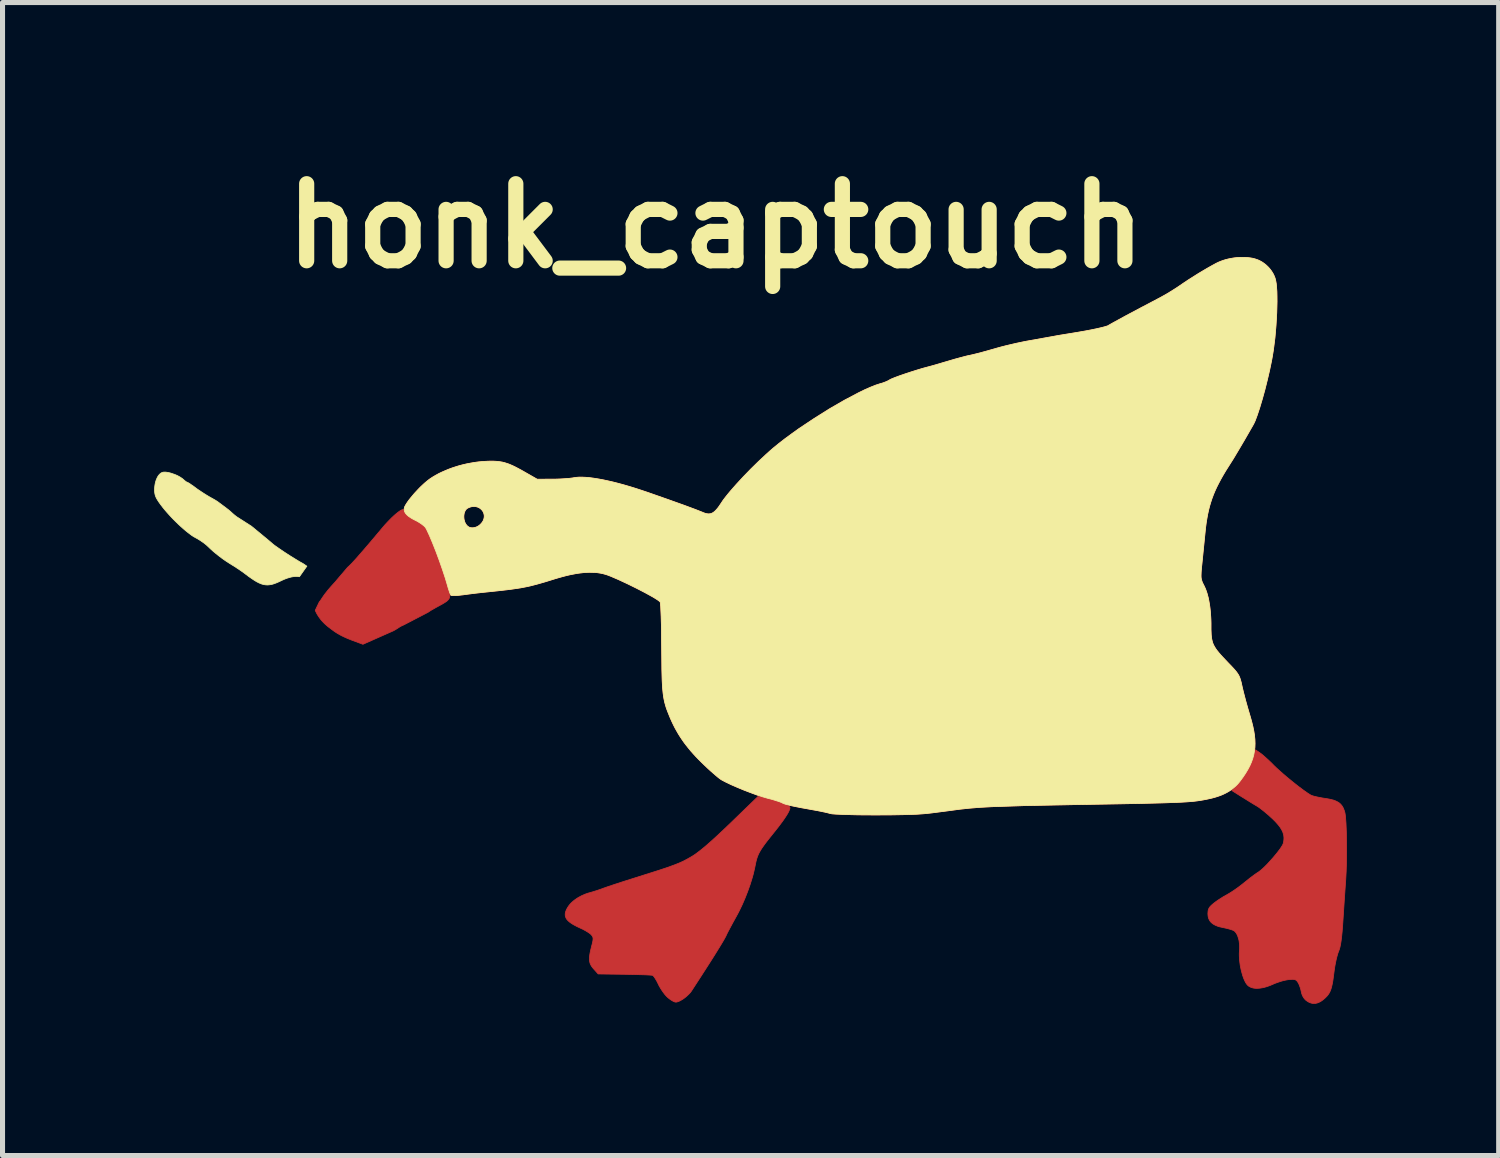
<source format=kicad_pcb>
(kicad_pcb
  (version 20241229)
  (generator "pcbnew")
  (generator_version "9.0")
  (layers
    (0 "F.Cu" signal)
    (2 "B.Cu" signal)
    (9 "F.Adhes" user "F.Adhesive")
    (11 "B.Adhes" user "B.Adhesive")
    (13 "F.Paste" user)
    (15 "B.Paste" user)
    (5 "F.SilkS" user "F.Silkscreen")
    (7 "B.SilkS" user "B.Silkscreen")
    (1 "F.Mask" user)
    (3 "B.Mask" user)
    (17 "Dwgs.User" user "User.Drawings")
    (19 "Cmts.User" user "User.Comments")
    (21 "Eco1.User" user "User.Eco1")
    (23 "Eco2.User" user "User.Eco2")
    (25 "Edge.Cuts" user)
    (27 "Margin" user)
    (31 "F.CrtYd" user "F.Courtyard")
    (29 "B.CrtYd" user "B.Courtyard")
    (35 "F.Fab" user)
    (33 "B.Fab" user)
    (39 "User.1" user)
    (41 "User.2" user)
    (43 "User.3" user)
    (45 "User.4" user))
  (footprint "honk_captouch"
    (layer "F.Cu")
    (at 11.107 9.418)
    (property "Reference" "honk_captouch" (at 0 -8 0) (layer "F.SilkS") (effects (font (size 1.524 1.524) (thickness 0.3))))
    (attr through_hole)
    (fp_poly (pts (xy -7.202 0.192) (xy -7.287 0.158) (xy -7.325 0.141) (xy -7.36 0.125) (xy -7.393 0.109) (xy -7.424 0.093) (xy -7.454 0.076) (xy -7.484 0.059) (xy -7.512 0.041) (xy -7.541 0.022) (xy -7.601 -0.022) (xy -7.667 -0.072) (xy -7.693 -0.094) (xy -7.718 -0.116) (xy -7.742 -0.138) (xy -7.765 -0.162) (xy -7.787 -0.185) (xy -7.808 -0.209) (xy -7.827 -0.234) (xy -7.846 -0.26) (xy -7.863 -0.285) (xy -7.88 -0.312) (xy -7.895 -0.339) (xy -7.909 -0.367) (xy -7.922 -0.396) (xy -7.842 -0.563) (xy -7.838 -0.567) (xy -7.834 -0.572) (xy -7.826 -0.582) (xy -7.818 -0.593) (xy -7.809 -0.606) (xy -7.8 -0.62) (xy -7.79 -0.635) (xy -7.773 -0.661) (xy -7.752 -0.691) (xy -7.728 -0.724) (xy -7.7 -0.759) (xy -7.672 -0.795) (xy -7.642 -0.83) (xy -7.613 -0.864) (xy -7.584 -0.896) (xy -7.543 -0.941) (xy -7.526 -0.959) (xy -7.512 -0.976) (xy -7.5 -0.991) (xy -7.49 -1.003) (xy -7.282 -1.247) (xy -7.268 -1.26) (xy -7.252 -1.274) (xy -7.236 -1.29) (xy -7.218 -1.308) (xy -7.198 -1.328) (xy -7.178 -1.35) (xy -7.155 -1.375) (xy -7.104 -1.431) (xy -7.045 -1.499) (xy -6.975 -1.579) (xy -6.895 -1.672) (xy -6.803 -1.78) (xy -6.58 -2.045) (xy -6.545 -2.086) (xy -6.51 -2.124) (xy -6.474 -2.162) (xy -6.44 -2.197) (xy -6.407 -2.23) (xy -6.374 -2.261) (xy -6.343 -2.289) (xy -6.313 -2.314) (xy -6.285 -2.336) (xy -6.26 -2.355) (xy -6.237 -2.37) (xy -6.217 -2.381) (xy -6.201 -2.387) (xy -6.194 -2.389) (xy -6.188 -2.389) (xy -6.182 -2.389) (xy -6.178 -2.387) (xy -6.175 -2.384) (xy -6.173 -2.38) (xy -6.171 -2.374) (xy -6.168 -2.367) (xy -6.165 -2.36) (xy -6.162 -2.354) (xy -6.159 -2.348) (xy -6.155 -2.341) (xy -6.146 -2.328) (xy -6.136 -2.315) (xy -6.125 -2.302) (xy -6.112 -2.289) (xy -6.098 -2.276) (xy -6.083 -2.263) (xy -6.067 -2.251) (xy -6.049 -2.238) (xy -6.03 -2.226) (xy -6.011 -2.214) (xy -5.99 -2.202) (xy -5.968 -2.19) (xy -5.945 -2.179) (xy -5.932 -2.172) (xy -5.918 -2.165) (xy -5.891 -2.149) (xy -5.863 -2.132) (xy -5.836 -2.114) (xy -5.81 -2.096) (xy -5.787 -2.078) (xy -5.776 -2.069) (xy -5.766 -2.061) (xy -5.758 -2.052) (xy -5.75 -2.045) (xy -5.735 -2.024) (xy -5.716 -1.989) (xy -5.693 -1.942) (xy -5.667 -1.885) (xy -5.606 -1.742) (xy -5.54 -1.572) (xy -5.471 -1.387) (xy -5.405 -1.198) (xy -5.345 -1.018) (xy -5.296 -0.856) (xy -5.285 -0.815) (xy -5.276 -0.779) (xy -5.269 -0.747) (xy -5.266 -0.733) (xy -5.264 -0.719) (xy -5.262 -0.706) (xy -5.262 -0.694) (xy -5.262 -0.682) (xy -5.263 -0.671) (xy -5.264 -0.661) (xy -5.267 -0.65) (xy -5.27 -0.641) (xy -5.274 -0.632) (xy -5.279 -0.623) (xy -5.285 -0.614) (xy -5.292 -0.605) (xy -5.3 -0.597) (xy -5.309 -0.588) (xy -5.319 -0.579) (xy -5.33 -0.571) (xy -5.343 -0.562) (xy -5.371 -0.544) (xy -5.404 -0.524) (xy -5.442 -0.503) (xy -5.486 -0.479) (xy -5.536 -0.452) (xy -5.581 -0.426) (xy -5.622 -0.403) (xy -5.659 -0.38) (xy -5.691 -0.358) (xy -6.176 -0.106) (xy -6.2 -0.096) (xy -6.222 -0.085) (xy -6.244 -0.073) (xy -6.266 -0.059) (xy -6.289 -0.044) (xy -6.311 -0.03) (xy -6.332 -0.017) (xy -6.351 -0.006) (xy -6.367 0.003) (xy -6.381 0.01) (xy -6.387 0.013) (xy -6.392 0.015) (xy -6.979 0.275)) (stroke (width 0.015) (type solid)) (fill yes) (layer "F.Cu"))
    (fp_poly (pts (xy -0.951 7.26) (xy -0.962 7.249) (xy -0.974 7.238) (xy -0.986 7.225) (xy -0.998 7.211) (xy -1.011 7.196) (xy -1.023 7.18) (xy -1.036 7.163) (xy -1.048 7.146) (xy -1.06 7.128) (xy -1.073 7.11) (xy -1.084 7.092) (xy -1.096 7.073) (xy -1.106 7.055) (xy -1.117 7.037) (xy -1.126 7.02) (xy -1.134 7.002) (xy -1.151 6.969) (xy -1.167 6.937) (xy -1.184 6.908) (xy -1.2 6.882) (xy -1.215 6.859) (xy -1.222 6.85) (xy -1.229 6.842) (xy -1.235 6.835) (xy -1.24 6.829) (xy -1.245 6.825) (xy -1.249 6.823) (xy -1.256 6.822) (xy -1.267 6.82) (xy -1.305 6.817) (xy -1.359 6.814) (xy -1.428 6.811) (xy -1.51 6.809) (xy -1.601 6.806) (xy -1.701 6.804) (xy -1.806 6.802) (xy -2.326 6.795) (xy -2.414 6.697) (xy -2.432 6.676) (xy -2.447 6.656) (xy -2.454 6.646) (xy -2.461 6.636) (xy -2.467 6.626) (xy -2.472 6.615) (xy -2.477 6.605) (xy -2.482 6.595) (xy -2.486 6.584) (xy -2.489 6.573) (xy -2.492 6.562) (xy -2.494 6.55) (xy -2.496 6.538) (xy -2.498 6.526) (xy -2.499 6.514) (xy -2.499 6.5) (xy -2.499 6.487) (xy -2.499 6.473) (xy -2.498 6.458) (xy -2.496 6.443) (xy -2.492 6.411) (xy -2.486 6.376) (xy -2.478 6.337) (xy -2.468 6.296) (xy -2.457 6.25) (xy -2.443 6.197) (xy -2.438 6.175) (xy -2.434 6.155) (xy -2.43 6.137) (xy -2.429 6.122) (xy -2.427 6.108) (xy -2.427 6.096) (xy -2.428 6.085) (xy -2.43 6.074) (xy -2.433 6.065) (xy -2.437 6.056) (xy -2.442 6.047) (xy -2.448 6.038) (xy -2.456 6.029) (xy -2.464 6.019) (xy -2.47 6.013) (xy -2.478 6.006) (xy -2.487 5.998) (xy -2.498 5.99) (xy -2.509 5.982) (xy -2.522 5.974) (xy -2.535 5.965) (xy -2.55 5.956) (xy -2.565 5.947) (xy -2.58 5.938) (xy -2.597 5.929) (xy -2.613 5.92) (xy -2.63 5.911) (xy -2.648 5.903) (xy -2.665 5.895) (xy -2.682 5.887) (xy -2.736 5.862) (xy -2.784 5.837) (xy -2.827 5.813) (xy -2.864 5.789) (xy -2.881 5.777) (xy -2.896 5.765) (xy -2.91 5.753) (xy -2.923 5.741) (xy -2.934 5.729) (xy -2.944 5.717) (xy -2.953 5.705) (xy -2.96 5.692) (xy -2.966 5.679) (xy -2.971 5.667) (xy -2.975 5.653) (xy -2.977 5.64) (xy -2.978 5.627) (xy -2.978 5.613) (xy -2.977 5.599) (xy -2.975 5.584) (xy -2.971 5.57) (xy -2.966 5.554) (xy -2.96 5.539) (xy -2.954 5.523) (xy -2.945 5.507) (xy -2.936 5.49) (xy -2.914 5.455) (xy -2.898 5.434) (xy -2.881 5.413) (xy -2.861 5.392) (xy -2.84 5.372) (xy -2.817 5.352) (xy -2.792 5.332) (xy -2.766 5.314) (xy -2.739 5.295) (xy -2.71 5.278) (xy -2.68 5.262) (xy -2.65 5.246) (xy -2.618 5.232) (xy -2.586 5.218) (xy -2.553 5.206) (xy -2.52 5.195) (xy -2.486 5.186) (xy -2.459 5.178) (xy -2.428 5.169) (xy -2.394 5.158) (xy -2.357 5.147) (xy -2.284 5.122) (xy -2.248 5.109) (xy -2.216 5.097) (xy -2.122 5.064) (xy -1.978 5.016) (xy -1.802 4.959) (xy -1.615 4.9) (xy -1.129 4.746) (xy -0.963 4.691) (xy -0.833 4.644) (xy -0.731 4.604) (xy -0.646 4.566) (xy -0.568 4.525) (xy -0.487 4.479) (xy -0.456 4.46) (xy -0.423 4.439) (xy -0.389 4.415) (xy -0.353 4.388) (xy -0.315 4.359) (xy -0.275 4.327) (xy -0.232 4.292) (xy -0.187 4.254) (xy -0.088 4.167) (xy 0.024 4.065) (xy 0.15 3.947) (xy 0.292 3.811) (xy 0.845 3.276) (xy 1.043 3.326) (xy 1.132 3.35) (xy 1.213 3.375) (xy 1.285 3.4) (xy 1.347 3.424) (xy 1.374 3.436) (xy 1.397 3.447) (xy 1.418 3.459) (xy 1.435 3.469) (xy 1.449 3.479) (xy 1.458 3.489) (xy 1.465 3.498) (xy 1.466 3.502) (xy 1.467 3.506) (xy 1.466 3.512) (xy 1.466 3.519) (xy 1.464 3.527) (xy 1.462 3.535) (xy 1.455 3.554) (xy 1.446 3.574) (xy 1.435 3.598) (xy 1.421 3.623) (xy 1.404 3.651) (xy 1.385 3.681) (xy 1.363 3.714) (xy 1.339 3.749) (xy 1.312 3.787) (xy 1.282 3.827) (xy 1.25 3.87) (xy 1.215 3.915) (xy 1.177 3.963) (xy 1.137 4.013) (xy 1.045 4.128) (xy 1.006 4.178) (xy 0.972 4.223) (xy 0.942 4.265) (xy 0.915 4.303) (xy 0.892 4.339) (xy 0.872 4.373) (xy 0.854 4.406) (xy 0.839 4.438) (xy 0.826 4.47) (xy 0.815 4.502) (xy 0.805 4.535) (xy 0.796 4.57) (xy 0.788 4.607) (xy 0.78 4.647) (xy 0.768 4.705) (xy 0.754 4.766) (xy 0.739 4.828) (xy 0.721 4.892) (xy 0.68 5.024) (xy 0.633 5.157) (xy 0.581 5.29) (xy 0.525 5.42) (xy 0.465 5.545) (xy 0.434 5.605) (xy 0.403 5.662) (xy 0.336 5.783) (xy 0.277 5.893) (xy 0.231 5.98) (xy 0.216 6.011) (xy 0.207 6.031) (xy 0.199 6.048) (xy 0.188 6.069) (xy 0.154 6.13) (xy 0.106 6.211) (xy 0.045 6.31) (xy -0.026 6.425) (xy -0.107 6.553) (xy -0.196 6.692) (xy -0.292 6.841) (xy -0.473 7.12) (xy -0.487 7.141) (xy -0.503 7.162) (xy -0.521 7.182) (xy -0.541 7.202) (xy -0.562 7.222) (xy -0.584 7.242) (xy -0.606 7.26) (xy -0.628 7.277) (xy -0.651 7.293) (xy -0.674 7.307) (xy -0.696 7.32) (xy -0.718 7.331) (xy -0.739 7.34) (xy -0.758 7.346) (xy -0.767 7.349) (xy -0.776 7.351) (xy -0.784 7.352) (xy -0.791 7.352) (xy -0.794 7.352) (xy -0.798 7.351) (xy -0.804 7.35) (xy -0.812 7.348) (xy -0.821 7.345) (xy -0.83 7.341) (xy -0.84 7.336) (xy -0.85 7.331) (xy -0.861 7.325) (xy -0.872 7.318) (xy -0.883 7.311) (xy -0.894 7.304) (xy -0.906 7.296) (xy -0.917 7.287) (xy -0.929 7.278) (xy -0.94 7.269)) (stroke (width 0.015) (type solid)) (fill yes) (layer "F.Cu"))
    (fp_poly (pts (xy 11.678 7.321) (xy 11.669 7.313) (xy 11.661 7.305) (xy 11.652 7.296) (xy 11.644 7.287) (xy 11.636 7.277) (xy 11.629 7.267) (xy 11.622 7.256) (xy 11.616 7.245) (xy 11.609 7.234) (xy 11.604 7.222) (xy 11.598 7.21) (xy 11.594 7.198) (xy 11.59 7.186) (xy 11.586 7.173) (xy 11.583 7.16) (xy 11.58 7.147) (xy 11.578 7.136) (xy 11.575 7.124) (xy 11.569 7.099) (xy 11.562 7.073) (xy 11.553 7.048) (xy 11.544 7.024) (xy 11.535 7.001) (xy 11.53 6.991) (xy 11.525 6.981) (xy 11.521 6.973) (xy 11.516 6.965) (xy 11.509 6.954) (xy 11.505 6.949) (xy 11.502 6.944) (xy 11.498 6.939) (xy 11.495 6.935) (xy 11.491 6.931) (xy 11.488 6.928) (xy 11.484 6.924) (xy 11.48 6.921) (xy 11.476 6.918) (xy 11.472 6.916) (xy 11.468 6.914) (xy 11.464 6.912) (xy 11.459 6.91) (xy 11.455 6.908) (xy 11.45 6.907) (xy 11.444 6.906) (xy 11.439 6.905) (xy 11.433 6.904) (xy 11.427 6.903) (xy 11.42 6.903) (xy 11.413 6.902) (xy 11.398 6.902) (xy 11.39 6.903) (xy 11.372 6.904) (xy 11.352 6.905) (xy 11.33 6.907) (xy 11.315 6.909) (xy 11.298 6.912) (xy 11.28 6.915) (xy 11.261 6.919) (xy 11.221 6.928) (xy 11.179 6.94) (xy 11.136 6.954) (xy 11.093 6.969) (xy 11.052 6.984) (xy 11.032 6.993) (xy 11.014 7.001) (xy 10.974 7.018) (xy 10.935 7.033) (xy 10.897 7.046) (xy 10.86 7.057) (xy 10.823 7.066) (xy 10.788 7.072) (xy 10.755 7.077) (xy 10.722 7.079) (xy 10.691 7.08) (xy 10.662 7.078) (xy 10.634 7.074) (xy 10.607 7.067) (xy 10.583 7.059) (xy 10.561 7.048) (xy 10.54 7.036) (xy 10.522 7.021) (xy 10.513 7.011) (xy 10.503 7) (xy 10.485 6.974) (xy 10.468 6.943) (xy 10.451 6.907) (xy 10.435 6.867) (xy 10.42 6.824) (xy 10.407 6.778) (xy 10.394 6.729) (xy 10.383 6.68) (xy 10.373 6.629) (xy 10.366 6.578) (xy 10.36 6.527) (xy 10.356 6.476) (xy 10.354 6.428) (xy 10.354 6.381) (xy 10.357 6.337) (xy 10.36 6.303) (xy 10.36 6.27) (xy 10.36 6.237) (xy 10.358 6.205) (xy 10.354 6.174) (xy 10.35 6.143) (xy 10.344 6.114) (xy 10.336 6.087) (xy 10.328 6.06) (xy 10.319 6.036) (xy 10.308 6.013) (xy 10.297 5.993) (xy 10.284 5.975) (xy 10.271 5.96) (xy 10.258 5.947) (xy 10.25 5.942) (xy 10.243 5.938) (xy 10.236 5.934) (xy 10.228 5.931) (xy 10.219 5.927) (xy 10.208 5.923) (xy 10.184 5.915) (xy 10.156 5.907) (xy 10.126 5.899) (xy 10.094 5.891) (xy 10.062 5.884) (xy 10.029 5.877) (xy 9.992 5.869) (xy 9.958 5.861) (xy 9.926 5.851) (xy 9.897 5.839) (xy 9.87 5.827) (xy 9.846 5.813) (xy 9.835 5.806) (xy 9.824 5.798) (xy 9.814 5.79) (xy 9.805 5.782) (xy 9.796 5.774) (xy 9.788 5.765) (xy 9.78 5.756) (xy 9.773 5.746) (xy 9.767 5.736) (xy 9.761 5.726) (xy 9.756 5.715) (xy 9.751 5.705) (xy 9.747 5.693) (xy 9.743 5.682) (xy 9.74 5.67) (xy 9.738 5.657) (xy 9.736 5.645) (xy 9.735 5.632) (xy 9.733 5.604) (xy 9.734 5.588) (xy 9.735 5.572) (xy 9.736 5.558) (xy 9.738 5.544) (xy 9.741 5.531) (xy 9.744 5.519) (xy 9.747 5.513) (xy 9.749 5.508) (xy 9.751 5.502) (xy 9.754 5.496) (xy 9.761 5.485) (xy 9.768 5.474) (xy 9.777 5.463) (xy 9.787 5.452) (xy 9.799 5.44) (xy 9.812 5.428) (xy 9.826 5.416) (xy 9.842 5.402) (xy 9.867 5.383) (xy 9.896 5.361) (xy 9.929 5.338) (xy 9.964 5.315) (xy 10 5.292) (xy 10.036 5.269) (xy 10.072 5.249) (xy 10.105 5.23) (xy 10.14 5.21) (xy 10.18 5.186) (xy 10.223 5.158) (xy 10.269 5.127) (xy 10.316 5.094) (xy 10.362 5.06) (xy 10.405 5.027) (xy 10.446 4.994) (xy 10.486 4.962) (xy 10.526 4.93) (xy 10.566 4.898) (xy 10.606 4.868) (xy 10.643 4.84) (xy 10.677 4.816) (xy 10.706 4.796) (xy 10.73 4.781) (xy 10.756 4.762) (xy 10.787 4.737) (xy 10.821 4.707) (xy 10.858 4.672) (xy 10.897 4.633) (xy 10.936 4.591) (xy 10.976 4.547) (xy 11.016 4.502) (xy 11.054 4.457) (xy 11.091 4.413) (xy 11.124 4.37) (xy 11.155 4.33) (xy 11.18 4.293) (xy 11.201 4.26) (xy 11.216 4.232) (xy 11.221 4.22) (xy 11.224 4.21) (xy 11.231 4.179) (xy 11.235 4.149) (xy 11.236 4.135) (xy 11.237 4.12) (xy 11.237 4.106) (xy 11.237 4.091) (xy 11.235 4.077) (xy 11.234 4.062) (xy 11.231 4.048) (xy 11.228 4.034) (xy 11.224 4.02) (xy 11.22 4.006) (xy 11.215 3.992) (xy 11.209 3.978) (xy 11.202 3.963) (xy 11.195 3.949) (xy 11.178 3.92) (xy 11.159 3.89) (xy 11.136 3.86) (xy 11.11 3.829) (xy 11.081 3.796) (xy 11.049 3.763) (xy 11.014 3.728) (xy 10.973 3.691) (xy 10.931 3.652) (xy 10.887 3.615) (xy 10.844 3.579) (xy 10.802 3.546) (xy 10.763 3.516) (xy 10.728 3.491) (xy 10.712 3.481) (xy 10.699 3.473) (xy 10.635 3.435) (xy 10.555 3.386) (xy 10.47 3.333) (xy 10.389 3.283) (xy 10.207 3.168) (xy 10.283 3.088) (xy 10.307 3.06) (xy 10.333 3.029) (xy 10.359 2.996) (xy 10.386 2.959) (xy 10.412 2.92) (xy 10.439 2.88) (xy 10.465 2.839) (xy 10.491 2.797) (xy 10.516 2.755) (xy 10.539 2.713) (xy 10.56 2.672) (xy 10.58 2.633) (xy 10.598 2.595) (xy 10.613 2.56) (xy 10.625 2.528) (xy 10.634 2.499) (xy 10.673 2.361) (xy 10.767 2.426) (xy 10.778 2.433) (xy 10.79 2.442) (xy 10.818 2.465) (xy 10.85 2.493) (xy 10.886 2.525) (xy 10.925 2.56) (xy 10.964 2.597) (xy 11.003 2.635) (xy 11.041 2.674) (xy 11.076 2.708) (xy 11.116 2.745) (xy 11.208 2.827) (xy 11.311 2.915) (xy 11.419 3.003) (xy 11.525 3.087) (xy 11.624 3.161) (xy 11.708 3.22) (xy 11.743 3.242) (xy 11.771 3.259) (xy 11.779 3.262) (xy 11.788 3.266) (xy 11.8 3.27) (xy 11.813 3.274) (xy 11.844 3.283) (xy 11.88 3.291) (xy 11.92 3.3) (xy 11.963 3.308) (xy 12.007 3.316) (xy 12.053 3.323) (xy 12.098 3.33) (xy 12.14 3.338) (xy 12.178 3.347) (xy 12.214 3.356) (xy 12.246 3.367) (xy 12.274 3.38) (xy 12.3 3.393) (xy 12.324 3.408) (xy 12.335 3.416) (xy 12.345 3.425) (xy 12.355 3.434) (xy 12.364 3.444) (xy 12.373 3.454) (xy 12.381 3.464) (xy 12.396 3.487) (xy 12.41 3.512) (xy 12.421 3.539) (xy 12.432 3.569) (xy 12.442 3.602) (xy 12.448 3.635) (xy 12.454 3.682) (xy 12.464 3.812) (xy 12.471 3.978) (xy 12.475 4.17) (xy 12.476 4.373) (xy 12.474 4.576) (xy 12.468 4.766) (xy 12.459 4.931) (xy 12.435 5.272) (xy 12.406 5.712) (xy 12.397 5.845) (xy 12.388 5.959) (xy 12.378 6.056) (xy 12.368 6.139) (xy 12.357 6.208) (xy 12.345 6.266) (xy 12.331 6.314) (xy 12.316 6.354) (xy 12.31 6.369) (xy 12.304 6.386) (xy 12.298 6.405) (xy 12.292 6.427) (xy 12.279 6.474) (xy 12.267 6.527) (xy 12.255 6.584) (xy 12.244 6.643) (xy 12.235 6.702) (xy 12.227 6.76) (xy 12.212 6.876) (xy 12.205 6.926) (xy 12.197 6.971) (xy 12.189 7.011) (xy 12.18 7.048) (xy 12.171 7.081) (xy 12.161 7.111) (xy 12.15 7.138) (xy 12.138 7.163) (xy 12.124 7.186) (xy 12.109 7.208) (xy 12.092 7.229) (xy 12.073 7.249) (xy 12.052 7.27) (xy 12.029 7.29) (xy 12.006 7.309) (xy 11.983 7.326) (xy 11.961 7.34) (xy 11.95 7.346) (xy 11.938 7.352) (xy 11.927 7.357) (xy 11.916 7.362) (xy 11.905 7.366) (xy 11.894 7.37) (xy 11.883 7.372) (xy 11.871 7.375) (xy 11.861 7.377) (xy 11.849 7.378) (xy 11.838 7.378) (xy 11.828 7.378) (xy 11.817 7.378) (xy 11.806 7.377) (xy 11.795 7.375) (xy 11.784 7.373) (xy 11.773 7.37) (xy 11.763 7.367) (xy 11.752 7.363) (xy 11.741 7.358) (xy 11.73 7.353) (xy 11.72 7.348) (xy 11.709 7.341) (xy 11.699 7.335) (xy 11.688 7.327)) (stroke (width 0.015) (type solid)) (fill yes) (layer "F.Cu"))
    (fp_poly (pts (xy 2.263 3.622) (xy 2.242 3.615) (xy 2.215 3.608) (xy 2.184 3.601) (xy 2.151 3.593) (xy 2.115 3.586) (xy 2.079 3.578) (xy 2.043 3.571) (xy 2.008 3.564) (xy 1.692 3.507) (xy 1.58 3.485) (xy 1.493 3.467) (xy 1.427 3.451) (xy 1.377 3.438) (xy 1.341 3.425) (xy 1.314 3.413) (xy 1.306 3.408) (xy 1.295 3.404) (xy 1.27 3.393) (xy 1.238 3.382) (xy 1.2 3.37) (xy 1.159 3.357) (xy 1.116 3.344) (xy 1.071 3.332) (xy 1.026 3.321) (xy 0.93 3.293) (xy 0.814 3.255) (xy 0.687 3.208) (xy 0.554 3.157) (xy 0.424 3.103) (xy 0.302 3.05) (xy 0.196 2.999) (xy 0.152 2.976) (xy 0.113 2.955) (xy 0.101 2.947) (xy 0.086 2.937) (xy 0.069 2.924) (xy 0.049 2.909) (xy 0.004 2.871) (xy -0.047 2.827) (xy -0.104 2.777) (xy -0.164 2.722) (xy -0.225 2.664) (xy -0.286 2.605) (xy -0.342 2.549) (xy -0.395 2.494) (xy -0.446 2.438) (xy -0.494 2.384) (xy -0.54 2.328) (xy -0.584 2.273) (xy -0.626 2.218) (xy -0.665 2.162) (xy -0.703 2.105) (xy -0.739 2.048) (xy -0.773 1.989) (xy -0.806 1.93) (xy -0.837 1.869) (xy -0.867 1.806) (xy -0.896 1.742) (xy -0.923 1.676) (xy -0.946 1.619) (xy -0.967 1.565) (xy -0.985 1.512) (xy -1 1.46) (xy -1.014 1.407) (xy -1.025 1.352) (xy -1.035 1.293) (xy -1.043 1.228) (xy -1.05 1.157) (xy -1.056 1.077) (xy -1.06 0.988) (xy -1.063 0.888) (xy -1.066 0.775) (xy -1.067 0.648) (xy -1.07 0.347) (xy -1.073 0.011) (xy -1.08 -0.273) (xy -1.089 -0.473) (xy -1.094 -0.532) (xy -1.099 -0.56) (xy -1.104 -0.567) (xy -1.114 -0.576) (xy -1.146 -0.6) (xy -1.192 -0.63) (xy -1.25 -0.665) (xy -1.397 -0.746) (xy -1.569 -0.835) (xy -1.75 -0.924) (xy -1.924 -1.005) (xy -2.075 -1.07) (xy -2.137 -1.094) (xy -2.187 -1.11) (xy -2.235 -1.123) (xy -2.284 -1.133) (xy -2.336 -1.141) (xy -2.389 -1.146) (xy -2.445 -1.148) (xy -2.502 -1.149) (xy -2.561 -1.147) (xy -2.622 -1.142) (xy -2.686 -1.135) (xy -2.751 -1.126) (xy -2.819 -1.113) (xy -2.89 -1.099) (xy -2.963 -1.082) (xy -3.038 -1.062) (xy -3.116 -1.04) (xy -3.197 -1.016) (xy -3.371 -0.962) (xy -3.52 -0.919) (xy -3.654 -0.884) (xy -3.719 -0.869) (xy -3.785 -0.856) (xy -3.852 -0.843) (xy -3.921 -0.832) (xy -4.074 -0.81) (xy -4.254 -0.789) (xy -4.471 -0.766) (xy -4.606 -0.752) (xy -4.749 -0.736) (xy -4.884 -0.719) (xy -4.995 -0.704) (xy -5.04 -0.699) (xy -5.083 -0.694) (xy -5.123 -0.691) (xy -5.158 -0.689) (xy -5.189 -0.689) (xy -5.213 -0.69) (xy -5.223 -0.691) (xy -5.231 -0.692) (xy -5.236 -0.694) (xy -5.24 -0.696) (xy -4.65 -2.102) (xy -4.634 -2.119) (xy -4.62 -2.137) (xy -4.608 -2.155) (xy -4.598 -2.173) (xy -4.591 -2.192) (xy -4.585 -2.21) (xy -4.581 -2.229) (xy -4.579 -2.247) (xy -4.579 -2.265) (xy -4.58 -2.282) (xy -4.584 -2.299) (xy -4.588 -2.316) (xy -4.595 -2.332) (xy -4.602 -2.348) (xy -4.611 -2.362) (xy -4.621 -2.376) (xy -4.633 -2.389) (xy -4.646 -2.401) (xy -4.659 -2.412) (xy -4.674 -2.422) (xy -4.69 -2.43) (xy -4.706 -2.438) (xy -4.724 -2.443) (xy -4.742 -2.448) (xy -4.761 -2.451) (xy -4.78 -2.452) (xy -4.8 -2.451) (xy -4.821 -2.449) (xy -4.842 -2.444) (xy -4.863 -2.438) (xy -4.885 -2.429) (xy -4.907 -2.419) (xy -4.916 -2.413) (xy -4.926 -2.406) (xy -4.934 -2.398) (xy -4.942 -2.389) (xy -4.949 -2.38) (xy -4.955 -2.37) (xy -4.961 -2.359) (xy -4.966 -2.347) (xy -4.971 -2.335) (xy -4.975 -2.323) (xy -4.978 -2.31) (xy -4.98 -2.296) (xy -4.982 -2.283) (xy -4.984 -2.269) (xy -4.984 -2.255) (xy -4.984 -2.241) (xy -4.983 -2.227) (xy -4.982 -2.213) (xy -4.98 -2.199) (xy -4.977 -2.185) (xy -4.973 -2.171) (xy -4.969 -2.158) (xy -4.965 -2.144) (xy -4.96 -2.132) (xy -4.954 -2.119) (xy -4.947 -2.108) (xy -4.94 -2.096) (xy -4.932 -2.086) (xy -4.924 -2.076) (xy -4.915 -2.067) (xy -4.905 -2.058) (xy -4.894 -2.051) (xy -4.888 -2.047) (xy -4.882 -2.043) (xy -4.875 -2.04) (xy -4.868 -2.037) (xy -4.861 -2.035) (xy -4.854 -2.033) (xy -4.846 -2.031) (xy -4.839 -2.03) (xy -4.831 -2.029) (xy -4.823 -2.029) (xy -4.815 -2.028) (xy -4.807 -2.029) (xy -4.791 -2.03) (xy -4.774 -2.033) (xy -4.758 -2.037) (xy -4.742 -2.042) (xy -4.725 -2.049) (xy -4.709 -2.057) (xy -4.694 -2.066) (xy -4.678 -2.077) (xy -4.664 -2.089) (xy -4.657 -2.095) (xy -4.65 -2.102) (xy -5.239 -0.696) (xy -5.242 -0.7) (xy -5.245 -0.705) (xy -5.248 -0.711) (xy -5.252 -0.719) (xy -5.255 -0.728) (xy -5.26 -0.738) (xy -5.268 -0.762) (xy -5.277 -0.789) (xy -5.287 -0.819) (xy -5.297 -0.852) (xy -5.306 -0.885) (xy -5.349 -1.03) (xy -5.405 -1.2) (xy -5.469 -1.383) (xy -5.537 -1.566) (xy -5.605 -1.737) (xy -5.666 -1.881) (xy -5.716 -1.988) (xy -5.735 -2.023) (xy -5.75 -2.044) (xy -5.758 -2.052) (xy -5.766 -2.06) (xy -5.776 -2.069) (xy -5.787 -2.078) (xy -5.798 -2.086) (xy -5.81 -2.095) (xy -5.822 -2.105) (xy -5.836 -2.114) (xy -5.849 -2.123) (xy -5.862 -2.132) (xy -5.877 -2.14) (xy -5.891 -2.149) (xy -5.904 -2.157) (xy -5.918 -2.164) (xy -5.932 -2.171) (xy -5.945 -2.178) (xy -5.975 -2.193) (xy -6.003 -2.208) (xy -6.029 -2.224) (xy -6.052 -2.239) (xy -6.074 -2.254) (xy -6.092 -2.269) (xy -6.109 -2.284) (xy -6.123 -2.299) (xy -6.136 -2.315) (xy -6.141 -2.322) (xy -6.145 -2.33) (xy -6.149 -2.337) (xy -6.153 -2.345) (xy -6.156 -2.353) (xy -6.159 -2.361) (xy -6.16 -2.369) (xy -6.162 -2.376) (xy -6.163 -2.384) (xy -6.163 -2.392) (xy -6.163 -2.4) (xy -6.162 -2.408) (xy -6.161 -2.416) (xy -6.159 -2.424) (xy -6.156 -2.436) (xy -6.151 -2.448) (xy -6.136 -2.476) (xy -6.117 -2.508) (xy -6.093 -2.543) (xy -6.065 -2.582) (xy -6.033 -2.622) (xy -5.998 -2.664) (xy -5.962 -2.707) (xy -5.923 -2.749) (xy -5.883 -2.792) (xy -5.843 -2.833) (xy -5.802 -2.872) (xy -5.762 -2.909) (xy -5.723 -2.942) (xy -5.686 -2.972) (xy -5.651 -2.998) (xy -5.596 -3.034) (xy -5.538 -3.068) (xy -5.478 -3.101) (xy -5.415 -3.131) (xy -5.349 -3.16) (xy -5.281 -3.188) (xy -5.211 -3.214) (xy -5.14 -3.237) (xy -5.068 -3.259) (xy -4.994 -3.278) (xy -4.92 -3.295) (xy -4.845 -3.309) (xy -4.77 -3.322) (xy -4.695 -3.332) (xy -4.62 -3.339) (xy -4.546 -3.344) (xy -4.49 -3.346) (xy -4.438 -3.347) (xy -4.389 -3.346) (xy -4.344 -3.344) (xy -4.301 -3.34) (xy -4.259 -3.334) (xy -4.218 -3.327) (xy -4.178 -3.317) (xy -4.137 -3.304) (xy -4.095 -3.29) (xy -4.052 -3.272) (xy -4.007 -3.252) (xy -3.958 -3.228) (xy -3.907 -3.201) (xy -3.851 -3.171) (xy -3.791 -3.137) (xy -3.532 -2.989) (xy -3.235 -2.991) (xy -3.172 -2.991) (xy -3.109 -2.993) (xy -3.046 -2.996) (xy -2.985 -3) (xy -2.929 -3.004) (xy -2.878 -3.009) (xy -2.836 -3.014) (xy -2.802 -3.02) (xy -2.753 -3.027) (xy -2.697 -3.031) (xy -2.635 -3.03) (xy -2.566 -3.027) (xy -2.49 -3.02) (xy -2.409 -3.009) (xy -2.321 -2.995) (xy -2.229 -2.978) (xy -2.132 -2.957) (xy -2.031 -2.934) (xy -1.925 -2.907) (xy -1.815 -2.877) (xy -1.702 -2.844) (xy -1.585 -2.808) (xy -1.466 -2.769) (xy -1.344 -2.728) (xy -0.945 -2.588) (xy -0.629 -2.475) (xy -0.403 -2.391) (xy -0.271 -2.339) (xy -0.241 -2.326) (xy -0.226 -2.321) (xy -0.212 -2.316) (xy -0.199 -2.312) (xy -0.186 -2.309) (xy -0.173 -2.307) (xy -0.161 -2.305) (xy -0.149 -2.304) (xy -0.137 -2.304) (xy -0.126 -2.305) (xy -0.114 -2.306) (xy -0.103 -2.308) (xy -0.092 -2.311) (xy -0.082 -2.315) (xy -0.071 -2.32) (xy -0.06 -2.326) (xy -0.049 -2.332) (xy -0.039 -2.34) (xy -0.028 -2.348) (xy -0.017 -2.358) (xy -0.006 -2.368) (xy 0.004 -2.379) (xy 0.016 -2.392) (xy 0.027 -2.405) (xy 0.039 -2.419) (xy 0.063 -2.451) (xy 0.088 -2.488) (xy 0.115 -2.528) (xy 0.147 -2.576) (xy 0.188 -2.63) (xy 0.235 -2.689) (xy 0.288 -2.753) (xy 0.409 -2.891) (xy 0.546 -3.039) (xy 0.693 -3.191) (xy 0.844 -3.339) (xy 0.994 -3.479) (xy 1.066 -3.544) (xy 1.136 -3.605) (xy 1.25 -3.698) (xy 1.375 -3.795) (xy 1.509 -3.893) (xy 1.65 -3.994) (xy 1.948 -4.192) (xy 2.252 -4.383) (xy 2.55 -4.555) (xy 2.827 -4.701) (xy 2.952 -4.762) (xy 3.067 -4.812) (xy 3.168 -4.852) (xy 3.255 -4.88) (xy 3.281 -4.887) (xy 3.307 -4.895) (xy 3.333 -4.905) (xy 3.358 -4.914) (xy 3.381 -4.925) (xy 3.403 -4.934) (xy 3.421 -4.944) (xy 3.429 -4.949) (xy 3.436 -4.953) (xy 3.451 -4.962) (xy 3.475 -4.973) (xy 3.543 -5.001) (xy 3.635 -5.035) (xy 3.742 -5.072) (xy 3.857 -5.11) (xy 3.975 -5.147) (xy 4.087 -5.181) (xy 4.187 -5.208) (xy 4.258 -5.227) (xy 4.361 -5.256) (xy 4.482 -5.292) (xy 4.608 -5.329) (xy 4.734 -5.366) (xy 4.856 -5.399) (xy 4.959 -5.426) (xy 4.999 -5.435) (xy 5.029 -5.441) (xy 5.06 -5.448) (xy 5.103 -5.458) (xy 5.155 -5.471) (xy 5.216 -5.486) (xy 5.351 -5.523) (xy 5.495 -5.564) (xy 5.572 -5.586) (xy 5.657 -5.609) (xy 5.747 -5.632) (xy 5.841 -5.654) (xy 5.934 -5.676) (xy 6.025 -5.695) (xy 6.11 -5.713) (xy 6.187 -5.727) (xy 6.668 -5.813) (xy 6.738 -5.826) (xy 6.83 -5.842) (xy 7.028 -5.874) (xy 7.167 -5.897) (xy 7.299 -5.92) (xy 7.42 -5.943) (xy 7.527 -5.965) (xy 7.619 -5.986) (xy 7.693 -6.005) (xy 7.745 -6.021) (xy 7.762 -6.028) (xy 7.772 -6.035) (xy 7.806 -6.055) (xy 7.878 -6.095) (xy 8.112 -6.223) (xy 8.43 -6.392) (xy 8.787 -6.58) (xy 8.827 -6.602) (xy 8.872 -6.627) (xy 8.921 -6.655) (xy 8.972 -6.686) (xy 9.023 -6.717) (xy 9.073 -6.749) (xy 9.12 -6.779) (xy 9.163 -6.808) (xy 9.258 -6.873) (xy 9.353 -6.936) (xy 9.448 -6.996) (xy 9.541 -7.055) (xy 9.633 -7.11) (xy 9.723 -7.163) (xy 9.81 -7.212) (xy 9.894 -7.258) (xy 9.939 -7.28) (xy 9.987 -7.3) (xy 10.037 -7.318) (xy 10.089 -7.334) (xy 10.142 -7.347) (xy 10.197 -7.358) (xy 10.252 -7.367) (xy 10.307 -7.373) (xy 10.362 -7.377) (xy 10.416 -7.378) (xy 10.47 -7.377) (xy 10.522 -7.373) (xy 10.572 -7.367) (xy 10.62 -7.359) (xy 10.665 -7.347) (xy 10.707 -7.333) (xy 10.737 -7.321) (xy 10.767 -7.306) (xy 10.795 -7.291) (xy 10.823 -7.273) (xy 10.849 -7.254) (xy 10.875 -7.234) (xy 10.899 -7.212) (xy 10.923 -7.189) (xy 10.945 -7.165) (xy 10.966 -7.14) (xy 10.986 -7.113) (xy 11.004 -7.086) (xy 11.021 -7.058) (xy 11.036 -7.029) (xy 11.049 -6.998) (xy 11.061 -6.968) (xy 11.073 -6.921) (xy 11.084 -6.859) (xy 11.091 -6.786) (xy 11.097 -6.7) (xy 11.099 -6.606) (xy 11.1 -6.502) (xy 11.094 -6.277) (xy 11.08 -6.035) (xy 11.059 -5.79) (xy 11.044 -5.67) (xy 11.029 -5.553) (xy 11.011 -5.44) (xy 10.992 -5.334) (xy 10.953 -5.146) (xy 10.908 -4.953) (xy 10.86 -4.761) (xy 10.809 -4.577) (xy 10.759 -4.409) (xy 10.711 -4.264) (xy 10.668 -4.148) (xy 10.648 -4.104) (xy 10.63 -4.069) (xy 10.467 -3.785) (xy 10.338 -3.566) (xy 10.234 -3.392) (xy 10.141 -3.245) (xy 10.086 -3.158) (xy 10.036 -3.074) (xy 9.99 -2.993) (xy 9.948 -2.914) (xy 9.909 -2.837) (xy 9.874 -2.761) (xy 9.842 -2.685) (xy 9.814 -2.61) (xy 9.789 -2.534) (xy 9.766 -2.457) (xy 9.746 -2.378) (xy 9.728 -2.296) (xy 9.713 -2.212) (xy 9.699 -2.125) (xy 9.687 -2.033) (xy 9.677 -1.937) (xy 9.615 -1.322) (xy 9.605 -1.227) (xy 9.599 -1.151) (xy 9.598 -1.12) (xy 9.597 -1.093) (xy 9.597 -1.068) (xy 9.598 -1.046) (xy 9.601 -1.025) (xy 9.605 -1.006) (xy 9.61 -0.988) (xy 9.616 -0.969) (xy 9.623 -0.95) (xy 9.632 -0.931) (xy 9.655 -0.886) (xy 9.671 -0.852) (xy 9.687 -0.816) (xy 9.701 -0.777) (xy 9.715 -0.736) (xy 9.727 -0.692) (xy 9.739 -0.647) (xy 9.749 -0.599) (xy 9.758 -0.548) (xy 9.767 -0.496) (xy 9.774 -0.442) (xy 9.78 -0.386) (xy 9.785 -0.327) (xy 9.789 -0.268) (xy 9.792 -0.206) (xy 9.794 -0.142) (xy 9.794 -0.077) (xy 9.794 -0.016) (xy 9.796 0.038) (xy 9.798 0.088) (xy 9.803 0.133) (xy 9.809 0.175) (xy 9.818 0.214) (xy 9.823 0.232) (xy 9.829 0.251) (xy 9.836 0.269) (xy 9.844 0.286) (xy 9.853 0.304) (xy 9.863 0.322) (xy 9.885 0.358) (xy 9.912 0.396) (xy 9.944 0.436) (xy 9.98 0.478) (xy 10.023 0.525) (xy 10.071 0.576) (xy 10.125 0.633) (xy 10.2 0.711) (xy 10.231 0.744) (xy 10.258 0.774) (xy 10.281 0.801) (xy 10.301 0.826) (xy 10.318 0.85) (xy 10.333 0.873) (xy 10.346 0.896) (xy 10.357 0.92) (xy 10.367 0.946) (xy 10.376 0.973) (xy 10.384 1.002) (xy 10.393 1.035) (xy 10.41 1.114) (xy 10.423 1.169) (xy 10.439 1.234) (xy 10.478 1.384) (xy 10.523 1.545) (xy 10.568 1.697) (xy 10.597 1.799) (xy 10.621 1.895) (xy 10.64 1.987) (xy 10.654 2.074) (xy 10.662 2.157) (xy 10.665 2.237) (xy 10.662 2.314) (xy 10.654 2.389) (xy 10.64 2.463) (xy 10.62 2.535) (xy 10.594 2.607) (xy 10.562 2.679) (xy 10.524 2.751) (xy 10.48 2.825) (xy 10.43 2.9) (xy 10.373 2.978) (xy 10.345 3.013) (xy 10.316 3.046) (xy 10.285 3.077) (xy 10.252 3.106) (xy 10.218 3.134) (xy 10.182 3.16) (xy 10.145 3.184) (xy 10.105 3.207) (xy 10.063 3.228) (xy 10.019 3.249) (xy 9.973 3.267) (xy 9.924 3.284) (xy 9.873 3.3) (xy 9.818 3.315) (xy 9.762 3.328) (xy 9.702 3.341) (xy 9.644 3.352) (xy 9.586 3.362) (xy 9.526 3.371) (xy 9.46 3.379) (xy 9.386 3.386) (xy 9.301 3.392) (xy 9.2 3.398) (xy 9.082 3.403) (xy 8.944 3.408) (xy 8.781 3.413) (xy 8.372 3.423) (xy 7.831 3.433) (xy 7.134 3.445) (xy 6.116 3.465) (xy 5.456 3.487) (xy 5.216 3.5) (xy 5.011 3.517) (xy 4.825 3.537) (xy 4.639 3.562) (xy 4.525 3.577) (xy 4.394 3.594) (xy 4.261 3.611) (xy 4.143 3.624) (xy 3.974 3.636) (xy 3.73 3.644) (xy 3.439 3.649) (xy 3.128 3.65) (xy 2.826 3.648) (xy 2.563 3.642) (xy 2.366 3.633) (xy 2.301 3.628)) (stroke (width 0.015) (type solid)) (fill yes) (layer "F.Cu"))
    (fp_poly (pts (xy -4.65 -2.09) (xy -4.634 -2.107) (xy -4.62 -2.125) (xy -4.608 -2.143) (xy -4.598 -2.162) (xy -4.59 -2.18) (xy -4.585 -2.198) (xy -4.581 -2.217) (xy -4.579 -2.235) (xy -4.579 -2.253) (xy -4.58 -2.271) (xy -4.583 -2.288) (xy -4.588 -2.304) (xy -4.594 -2.321) (xy -4.602 -2.336) (xy -4.611 -2.351) (xy -4.621 -2.365) (xy -4.633 -2.378) (xy -4.645 -2.39) (xy -4.659 -2.401) (xy -4.674 -2.41) (xy -4.689 -2.419) (xy -4.706 -2.426) (xy -4.723 -2.432) (xy -4.742 -2.436) (xy -4.761 -2.439) (xy -4.78 -2.44) (xy -4.8 -2.439) (xy -4.821 -2.437) (xy -4.841 -2.433) (xy -4.863 -2.426) (xy -4.885 -2.418) (xy -4.906 -2.407) (xy -4.916 -2.401) (xy -4.925 -2.394) (xy -4.934 -2.386) (xy -4.942 -2.377) (xy -4.949 -2.368) (xy -4.955 -2.358) (xy -4.961 -2.347) (xy -4.966 -2.336) (xy -4.971 -2.324) (xy -4.975 -2.311) (xy -4.978 -2.298) (xy -4.98 -2.285) (xy -4.982 -2.271) (xy -4.983 -2.257) (xy -4.984 -2.244) (xy -4.984 -2.229) (xy -4.983 -2.215) (xy -4.982 -2.201) (xy -4.98 -2.187) (xy -4.977 -2.173) (xy -4.973 -2.159) (xy -4.97 -2.146) (xy -4.965 -2.133) (xy -4.96 -2.12) (xy -4.954 -2.108) (xy -4.947 -2.096) (xy -4.94 -2.085) (xy -4.932 -2.074) (xy -4.924 -2.064) (xy -4.915 -2.055) (xy -4.905 -2.046) (xy -4.895 -2.039) (xy -4.888 -2.035) (xy -4.882 -2.031) (xy -4.875 -2.028) (xy -4.868 -2.026) (xy -4.861 -2.023) (xy -4.854 -2.021) (xy -4.847 -2.019) (xy -4.839 -2.018) (xy -4.831 -2.017) (xy -4.824 -2.017) (xy -4.816 -2.017) (xy -4.808 -2.017) (xy -4.791 -2.018) (xy -4.775 -2.021) (xy -4.758 -2.025) (xy -4.742 -2.03) (xy -4.726 -2.037) (xy -4.709 -2.045) (xy -4.694 -2.054) (xy -4.678 -2.065) (xy -4.664 -2.077) (xy -4.657 -2.083) (xy -4.65 -2.09)) (stroke (width 0.014) (type solid)) (fill yes) (layer "F.Mask"))
    (fp_poly (pts (xy -7.987 -0.63) (xy -7.993 -0.654) (xy -7.999 -0.681) (xy -8.005 -0.709) (xy -8.011 -0.737) (xy -8.015 -0.765) (xy -8.02 -0.794) (xy -8.025 -0.821) (xy -8.031 -0.846) (xy -8.039 -0.87) (xy -8.047 -0.893) (xy -8.056 -0.915) (xy -8.066 -0.935) (xy -8.077 -0.953) (xy -8.089 -0.971) (xy -8.102 -0.986) (xy -8.115 -1) (xy -8.13 -1.013) (xy -8.145 -1.025) (xy -8.161 -1.035) (xy -8.179 -1.044) (xy -8.197 -1.052) (xy -8.216 -1.057) (xy -8.235 -1.062) (xy -8.088 -1.27) (xy -8.085 -1.264) (xy -8.083 -1.258) (xy -8.08 -1.252) (xy -8.078 -1.246) (xy -8.077 -1.243) (xy -8.076 -1.24) (xy -8.073 -1.234) (xy -8.07 -1.228) (xy -8.067 -1.223) (xy -8.063 -1.218) (xy -8.059 -1.213) (xy -8.055 -1.208) (xy -8.05 -1.204) (xy -8.045 -1.2) (xy -8.04 -1.196) (xy -8.035 -1.193) (xy -8.03 -1.191) (xy -8.027 -1.19) (xy -8.024 -1.189) (xy -8.022 -1.188) (xy -8.019 -1.187) (xy -8.017 -1.187) (xy -8.014 -1.186) (xy -8.011 -1.186) (xy -8.009 -1.186) (xy -8.003 -1.186) (xy -7.997 -1.185) (xy -7.99 -1.184) (xy -7.982 -1.182) (xy -7.974 -1.18) (xy -7.966 -1.178) (xy -7.957 -1.175) (xy -7.948 -1.173) (xy -7.938 -1.169) (xy -7.929 -1.166) (xy -7.919 -1.162) (xy -7.909 -1.158) (xy -7.9 -1.154) (xy -7.89 -1.15) (xy -7.881 -1.145) (xy -7.872 -1.141) (xy -7.862 -1.136) (xy -7.851 -1.132) (xy -7.84 -1.127) (xy -7.827 -1.123) (xy -7.813 -1.119) (xy -7.799 -1.116) (xy -7.784 -1.112) (xy -7.768 -1.109) (xy -7.752 -1.106) (xy -7.736 -1.104) (xy -7.72 -1.101) (xy -7.704 -1.099) (xy -7.687 -1.098) (xy -7.671 -1.097) (xy -7.656 -1.096) (xy -7.64 -1.096) (xy -7.626 -1.096) (xy -7.611 -1.095) (xy -7.597 -1.094) (xy -7.583 -1.093) (xy -7.569 -1.092) (xy -7.556 -1.09) (xy -7.544 -1.088) (xy -7.532 -1.086) (xy -7.521 -1.084) (xy -7.511 -1.082) (xy -7.503 -1.079) (xy -7.437 -1.066) (xy -7.522 -0.961) (xy -7.574 -0.906) (xy -7.588 -0.891) (xy -7.616 -0.861) (xy -7.644 -0.828) (xy -7.673 -0.793) (xy -7.701 -0.758) (xy -7.727 -0.725) (xy -7.751 -0.692) (xy -7.772 -0.663) (xy -7.788 -0.637) (xy -7.802 -0.616) (xy -7.922 -0.396)) (stroke (width 0.015) (type solid)) (fill yes) (layer "F.Mask"))
    (fp_poly (pts (xy -4.918 1.73) (xy -4.928 1.727) (xy -4.938 1.723) (xy -4.948 1.719) (xy -4.959 1.714) (xy -4.97 1.709) (xy -4.981 1.703) (xy -4.992 1.697) (xy -5.003 1.69) (xy -5.014 1.683) (xy -5.026 1.676) (xy -5.036 1.669) (xy -5.047 1.661) (xy -5.057 1.654) (xy -5.067 1.646) (xy -5.076 1.639) (xy -5.084 1.631) (xy -5.104 1.614) (xy -5.129 1.593) (xy -5.159 1.569) (xy -5.192 1.543) (xy -5.229 1.516) (xy -5.267 1.488) (xy -5.305 1.46) (xy -5.343 1.433) (xy -5.521 1.306) (xy -5.743 1.143) (xy -6.237 0.773) (xy -6.659 0.448) (xy -6.791 0.343) (xy -6.918 0.255) (xy -6.78 0.169) (xy -6.77 0.163) (xy -6.759 0.157) (xy -6.747 0.151) (xy -6.735 0.145) (xy -6.721 0.138) (xy -6.692 0.125) (xy -6.659 0.111) (xy -6.623 0.097) (xy -6.542 0.066) (xy -6.472 0.04) (xy -6.444 0.031) (xy -6.421 0.023) (xy -6.405 0.018) (xy -6.397 0.017) (xy -6.396 0.017) (xy -6.394 0.016) (xy -6.391 0.015) (xy -6.386 0.013) (xy -6.38 0.011) (xy -6.374 0.008) (xy -6.367 0.004) (xy -6.359 -0.0003) (xy -6.35 -0.005) (xy -6.332 -0.016) (xy -6.311 -0.029) (xy -6.289 -0.043) (xy -6.266 -0.059) (xy -6.24 -0.075) (xy -6.213 -0.09) (xy -6.186 -0.102) (xy -6.033 -0.168) (xy -5.897 -0.103) (xy -5.865 -0.091) (xy -5.832 -0.076) (xy -5.799 -0.059) (xy -5.672 0.015) (xy -5.476 0.136) (xy -4.982 0.456) (xy -4.512 0.771) (xy -4.347 0.886) (xy -4.263 0.951) (xy -4.254 0.959) (xy -4.25 0.964) (xy -4.247 0.968) (xy -4.243 0.973) (xy -4.24 0.977) (xy -4.237 0.982) (xy -4.234 0.987) (xy -4.231 0.992) (xy -4.229 0.997) (xy -4.226 1.003) (xy -4.224 1.009) (xy -4.222 1.015) (xy -4.22 1.021) (xy -4.218 1.027) (xy -4.217 1.034) (xy -4.216 1.042) (xy -4.214 1.05) (xy -4.213 1.058) (xy -4.212 1.066) (xy -4.211 1.084) (xy -4.21 1.105) (xy -4.209 1.127) (xy -4.209 1.152) (xy -4.21 1.179) (xy -4.21 1.208) (xy -4.212 1.252) (xy -4.215 1.292) (xy -4.218 1.329) (xy -4.223 1.362) (xy -4.23 1.392) (xy -4.234 1.407) (xy -4.238 1.42) (xy -4.243 1.433) (xy -4.249 1.446) (xy -4.255 1.458) (xy -4.261 1.47) (xy -4.269 1.481) (xy -4.277 1.492) (xy -4.285 1.503) (xy -4.295 1.513) (xy -4.304 1.524) (xy -4.315 1.534) (xy -4.339 1.554) (xy -4.366 1.574) (xy -4.396 1.595) (xy -4.431 1.616) (xy -4.469 1.639) (xy -4.503 1.657) (xy -4.536 1.675) (xy -4.568 1.69) (xy -4.599 1.703) (xy -4.629 1.715) (xy -4.658 1.725) (xy -4.686 1.733) (xy -4.714 1.74) (xy -4.741 1.744) (xy -4.768 1.747) (xy -4.794 1.748) (xy -4.819 1.748) (xy -4.845 1.746) (xy -4.87 1.742) (xy -4.895 1.737)) (stroke (width 0.015) (type solid)) (fill yes) (layer "F.Mask"))
    (fp_poly (pts (xy -7.202 0.192) (xy -7.287 0.158) (xy -7.325 0.141) (xy -7.36 0.125) (xy -7.393 0.109) (xy -7.424 0.093) (xy -7.454 0.076) (xy -7.484 0.059) (xy -7.512 0.041) (xy -7.541 0.022) (xy -7.601 -0.022) (xy -7.667 -0.072) (xy -7.693 -0.094) (xy -7.718 -0.116) (xy -7.742 -0.138) (xy -7.765 -0.162) (xy -7.787 -0.185) (xy -7.808 -0.209) (xy -7.827 -0.234) (xy -7.846 -0.26) (xy -7.863 -0.285) (xy -7.88 -0.312) (xy -7.895 -0.339) (xy -7.909 -0.367) (xy -7.922 -0.396) (xy -7.842 -0.563) (xy -7.838 -0.567) (xy -7.834 -0.572) (xy -7.826 -0.582) (xy -7.818 -0.593) (xy -7.809 -0.606) (xy -7.8 -0.62) (xy -7.79 -0.635) (xy -7.773 -0.661) (xy -7.752 -0.691) (xy -7.728 -0.724) (xy -7.7 -0.759) (xy -7.672 -0.795) (xy -7.642 -0.83) (xy -7.613 -0.864) (xy -7.584 -0.896) (xy -7.543 -0.941) (xy -7.526 -0.959) (xy -7.512 -0.976) (xy -7.5 -0.991) (xy -7.49 -1.003) (xy -7.282 -1.247) (xy -7.268 -1.26) (xy -7.252 -1.274) (xy -7.236 -1.29) (xy -7.218 -1.308) (xy -7.198 -1.328) (xy -7.178 -1.35) (xy -7.155 -1.375) (xy -7.104 -1.431) (xy -7.045 -1.499) (xy -6.975 -1.579) (xy -6.895 -1.672) (xy -6.803 -1.78) (xy -6.58 -2.045) (xy -6.545 -2.086) (xy -6.51 -2.124) (xy -6.474 -2.162) (xy -6.44 -2.197) (xy -6.407 -2.23) (xy -6.374 -2.261) (xy -6.343 -2.289) (xy -6.313 -2.314) (xy -6.285 -2.336) (xy -6.26 -2.355) (xy -6.237 -2.37) (xy -6.217 -2.381) (xy -6.201 -2.387) (xy -6.194 -2.389) (xy -6.188 -2.389) (xy -6.182 -2.389) (xy -6.178 -2.387) (xy -6.175 -2.384) (xy -6.173 -2.38) (xy -6.171 -2.374) (xy -6.168 -2.367) (xy -6.165 -2.36) (xy -6.162 -2.354) (xy -6.159 -2.348) (xy -6.155 -2.341) (xy -6.146 -2.328) (xy -6.136 -2.315) (xy -6.125 -2.302) (xy -6.112 -2.289) (xy -6.098 -2.276) (xy -6.083 -2.263) (xy -6.067 -2.251) (xy -6.049 -2.238) (xy -6.03 -2.226) (xy -6.011 -2.214) (xy -5.99 -2.202) (xy -5.968 -2.19) (xy -5.945 -2.179) (xy -5.932 -2.172) (xy -5.918 -2.165) (xy -5.891 -2.149) (xy -5.863 -2.132) (xy -5.836 -2.114) (xy -5.81 -2.096) (xy -5.787 -2.078) (xy -5.776 -2.069) (xy -5.766 -2.061) (xy -5.758 -2.052) (xy -5.75 -2.045) (xy -5.735 -2.024) (xy -5.716 -1.989) (xy -5.693 -1.942) (xy -5.667 -1.885) (xy -5.606 -1.742) (xy -5.54 -1.572) (xy -5.471 -1.387) (xy -5.405 -1.198) (xy -5.345 -1.018) (xy -5.296 -0.856) (xy -5.285 -0.815) (xy -5.276 -0.779) (xy -5.269 -0.747) (xy -5.266 -0.733) (xy -5.264 -0.719) (xy -5.262 -0.706) (xy -5.262 -0.694) (xy -5.262 -0.682) (xy -5.263 -0.671) (xy -5.264 -0.661) (xy -5.267 -0.65) (xy -5.27 -0.641) (xy -5.274 -0.632) (xy -5.279 -0.623) (xy -5.285 -0.614) (xy -5.292 -0.605) (xy -5.3 -0.597) (xy -5.309 -0.588) (xy -5.319 -0.579) (xy -5.33 -0.571) (xy -5.343 -0.562) (xy -5.371 -0.544) (xy -5.404 -0.524) (xy -5.442 -0.503) (xy -5.486 -0.479) (xy -5.536 -0.452) (xy -5.581 -0.426) (xy -5.622 -0.403) (xy -5.659 -0.38) (xy -5.691 -0.358) (xy -6.176 -0.106) (xy -6.2 -0.096) (xy -6.222 -0.085) (xy -6.244 -0.073) (xy -6.266 -0.059) (xy -6.289 -0.044) (xy -6.311 -0.03) (xy -6.332 -0.017) (xy -6.351 -0.006) (xy -6.367 0.003) (xy -6.381 0.01) (xy -6.387 0.013) (xy -6.392 0.015) (xy -6.979 0.275)) (stroke (width 0.015) (type solid)) (fill yes) (layer "F.Mask"))
    (fp_poly (pts (xy -0.951 7.26) (xy -0.962 7.249) (xy -0.974 7.238) (xy -0.986 7.225) (xy -0.998 7.211) (xy -1.011 7.196) (xy -1.023 7.18) (xy -1.036 7.163) (xy -1.048 7.146) (xy -1.06 7.128) (xy -1.073 7.11) (xy -1.084 7.092) (xy -1.096 7.073) (xy -1.106 7.055) (xy -1.117 7.037) (xy -1.126 7.02) (xy -1.134 7.002) (xy -1.151 6.969) (xy -1.167 6.937) (xy -1.184 6.908) (xy -1.2 6.882) (xy -1.215 6.859) (xy -1.222 6.85) (xy -1.229 6.842) (xy -1.235 6.835) (xy -1.24 6.829) (xy -1.245 6.825) (xy -1.249 6.823) (xy -1.256 6.822) (xy -1.267 6.82) (xy -1.305 6.817) (xy -1.359 6.814) (xy -1.428 6.811) (xy -1.51 6.809) (xy -1.601 6.806) (xy -1.701 6.804) (xy -1.806 6.802) (xy -2.326 6.795) (xy -2.414 6.697) (xy -2.432 6.676) (xy -2.447 6.656) (xy -2.454 6.646) (xy -2.461 6.636) (xy -2.467 6.626) (xy -2.472 6.615) (xy -2.477 6.605) (xy -2.482 6.595) (xy -2.486 6.584) (xy -2.489 6.573) (xy -2.492 6.562) (xy -2.494 6.55) (xy -2.496 6.538) (xy -2.498 6.526) (xy -2.499 6.514) (xy -2.499 6.5) (xy -2.499 6.487) (xy -2.499 6.473) (xy -2.498 6.458) (xy -2.496 6.443) (xy -2.492 6.411) (xy -2.486 6.376) (xy -2.478 6.337) (xy -2.468 6.296) (xy -2.457 6.25) (xy -2.443 6.197) (xy -2.438 6.175) (xy -2.434 6.155) (xy -2.43 6.137) (xy -2.429 6.122) (xy -2.427 6.108) (xy -2.427 6.096) (xy -2.428 6.085) (xy -2.43 6.074) (xy -2.433 6.065) (xy -2.437 6.056) (xy -2.442 6.047) (xy -2.448 6.038) (xy -2.456 6.029) (xy -2.464 6.019) (xy -2.47 6.013) (xy -2.478 6.006) (xy -2.487 5.998) (xy -2.498 5.99) (xy -2.509 5.982) (xy -2.522 5.974) (xy -2.535 5.965) (xy -2.55 5.956) (xy -2.565 5.947) (xy -2.58 5.938) (xy -2.597 5.929) (xy -2.613 5.92) (xy -2.63 5.911) (xy -2.648 5.903) (xy -2.665 5.895) (xy -2.682 5.887) (xy -2.736 5.862) (xy -2.784 5.837) (xy -2.827 5.813) (xy -2.864 5.789) (xy -2.881 5.777) (xy -2.896 5.765) (xy -2.91 5.753) (xy -2.923 5.741) (xy -2.934 5.729) (xy -2.944 5.717) (xy -2.953 5.705) (xy -2.96 5.692) (xy -2.966 5.679) (xy -2.971 5.667) (xy -2.975 5.653) (xy -2.977 5.64) (xy -2.978 5.627) (xy -2.978 5.613) (xy -2.977 5.599) (xy -2.975 5.584) (xy -2.971 5.57) (xy -2.966 5.554) (xy -2.96 5.539) (xy -2.954 5.523) (xy -2.945 5.507) (xy -2.936 5.49) (xy -2.914 5.455) (xy -2.898 5.434) (xy -2.881 5.413) (xy -2.861 5.392) (xy -2.84 5.372) (xy -2.817 5.352) (xy -2.792 5.332) (xy -2.766 5.314) (xy -2.739 5.295) (xy -2.71 5.278) (xy -2.68 5.262) (xy -2.65 5.246) (xy -2.618 5.232) (xy -2.586 5.218) (xy -2.553 5.206) (xy -2.52 5.195) (xy -2.486 5.186) (xy -2.459 5.178) (xy -2.428 5.169) (xy -2.394 5.158) (xy -2.357 5.147) (xy -2.284 5.122) (xy -2.248 5.109) (xy -2.216 5.097) (xy -2.122 5.064) (xy -1.978 5.016) (xy -1.802 4.959) (xy -1.615 4.9) (xy -1.129 4.746) (xy -0.963 4.691) (xy -0.833 4.644) (xy -0.731 4.604) (xy -0.646 4.566) (xy -0.568 4.525) (xy -0.487 4.479) (xy -0.456 4.46) (xy -0.423 4.439) (xy -0.389 4.415) (xy -0.353 4.388) (xy -0.315 4.359) (xy -0.275 4.327) (xy -0.232 4.292) (xy -0.187 4.254) (xy -0.088 4.167) (xy 0.024 4.065) (xy 0.15 3.947) (xy 0.292 3.811) (xy 0.845 3.276) (xy 1.043 3.326) (xy 1.132 3.35) (xy 1.213 3.375) (xy 1.285 3.4) (xy 1.347 3.424) (xy 1.374 3.436) (xy 1.397 3.447) (xy 1.418 3.459) (xy 1.435 3.469) (xy 1.449 3.479) (xy 1.458 3.489) (xy 1.465 3.498) (xy 1.466 3.502) (xy 1.467 3.506) (xy 1.466 3.512) (xy 1.466 3.519) (xy 1.464 3.527) (xy 1.462 3.535) (xy 1.455 3.554) (xy 1.446 3.574) (xy 1.435 3.598) (xy 1.421 3.623) (xy 1.404 3.651) (xy 1.385 3.681) (xy 1.363 3.714) (xy 1.339 3.749) (xy 1.312 3.787) (xy 1.282 3.827) (xy 1.25 3.87) (xy 1.215 3.915) (xy 1.177 3.963) (xy 1.137 4.013) (xy 1.045 4.128) (xy 1.006 4.178) (xy 0.972 4.223) (xy 0.942 4.265) (xy 0.915 4.303) (xy 0.892 4.339) (xy 0.872 4.373) (xy 0.854 4.406) (xy 0.839 4.438) (xy 0.826 4.47) (xy 0.815 4.502) (xy 0.805 4.535) (xy 0.796 4.57) (xy 0.788 4.607) (xy 0.78 4.647) (xy 0.768 4.705) (xy 0.754 4.766) (xy 0.739 4.828) (xy 0.721 4.892) (xy 0.68 5.024) (xy 0.633 5.157) (xy 0.581 5.29) (xy 0.525 5.42) (xy 0.465 5.545) (xy 0.434 5.605) (xy 0.403 5.662) (xy 0.336 5.783) (xy 0.277 5.893) (xy 0.231 5.98) (xy 0.216 6.011) (xy 0.207 6.031) (xy 0.199 6.048) (xy 0.188 6.069) (xy 0.154 6.13) (xy 0.106 6.211) (xy 0.045 6.31) (xy -0.026 6.425) (xy -0.107 6.553) (xy -0.196 6.692) (xy -0.292 6.841) (xy -0.473 7.12) (xy -0.487 7.141) (xy -0.503 7.162) (xy -0.521 7.182) (xy -0.541 7.202) (xy -0.562 7.222) (xy -0.584 7.242) (xy -0.606 7.26) (xy -0.628 7.277) (xy -0.651 7.293) (xy -0.674 7.307) (xy -0.696 7.32) (xy -0.718 7.331) (xy -0.739 7.34) (xy -0.758 7.346) (xy -0.767 7.349) (xy -0.776 7.351) (xy -0.784 7.352) (xy -0.791 7.352) (xy -0.794 7.352) (xy -0.798 7.351) (xy -0.804 7.35) (xy -0.812 7.348) (xy -0.821 7.345) (xy -0.83 7.341) (xy -0.84 7.336) (xy -0.85 7.331) (xy -0.861 7.325) (xy -0.872 7.318) (xy -0.883 7.311) (xy -0.894 7.304) (xy -0.906 7.296) (xy -0.917 7.287) (xy -0.929 7.278) (xy -0.94 7.269)) (stroke (width 0.015) (type solid)) (fill yes) (layer "F.Mask"))
    (fp_poly (pts (xy 11.678 7.321) (xy 11.669 7.313) (xy 11.661 7.305) (xy 11.652 7.296) (xy 11.644 7.287) (xy 11.636 7.277) (xy 11.629 7.267) (xy 11.622 7.256) (xy 11.616 7.245) (xy 11.609 7.234) (xy 11.604 7.222) (xy 11.598 7.21) (xy 11.594 7.198) (xy 11.59 7.186) (xy 11.586 7.173) (xy 11.583 7.16) (xy 11.58 7.147) (xy 11.578 7.136) (xy 11.575 7.124) (xy 11.569 7.099) (xy 11.562 7.073) (xy 11.553 7.048) (xy 11.544 7.024) (xy 11.535 7.001) (xy 11.53 6.991) (xy 11.525 6.981) (xy 11.521 6.973) (xy 11.516 6.965) (xy 11.509 6.954) (xy 11.505 6.949) (xy 11.502 6.944) (xy 11.498 6.939) (xy 11.495 6.935) (xy 11.491 6.931) (xy 11.488 6.928) (xy 11.484 6.924) (xy 11.48 6.921) (xy 11.476 6.918) (xy 11.472 6.916) (xy 11.468 6.914) (xy 11.464 6.912) (xy 11.459 6.91) (xy 11.455 6.908) (xy 11.45 6.907) (xy 11.444 6.906) (xy 11.439 6.905) (xy 11.433 6.904) (xy 11.427 6.903) (xy 11.42 6.903) (xy 11.413 6.902) (xy 11.398 6.902) (xy 11.39 6.903) (xy 11.372 6.904) (xy 11.352 6.905) (xy 11.33 6.907) (xy 11.315 6.909) (xy 11.298 6.912) (xy 11.28 6.915) (xy 11.261 6.919) (xy 11.221 6.928) (xy 11.179 6.94) (xy 11.136 6.954) (xy 11.093 6.969) (xy 11.052 6.984) (xy 11.032 6.993) (xy 11.014 7.001) (xy 10.974 7.018) (xy 10.935 7.033) (xy 10.897 7.046) (xy 10.86 7.057) (xy 10.823 7.066) (xy 10.788 7.072) (xy 10.755 7.077) (xy 10.722 7.079) (xy 10.691 7.08) (xy 10.662 7.078) (xy 10.634 7.074) (xy 10.607 7.067) (xy 10.583 7.059) (xy 10.561 7.048) (xy 10.54 7.036) (xy 10.522 7.021) (xy 10.513 7.011) (xy 10.503 7) (xy 10.485 6.974) (xy 10.468 6.943) (xy 10.451 6.907) (xy 10.435 6.867) (xy 10.42 6.824) (xy 10.407 6.778) (xy 10.394 6.729) (xy 10.383 6.68) (xy 10.373 6.629) (xy 10.366 6.578) (xy 10.36 6.527) (xy 10.356 6.476) (xy 10.354 6.428) (xy 10.354 6.381) (xy 10.357 6.337) (xy 10.36 6.303) (xy 10.36 6.27) (xy 10.36 6.237) (xy 10.358 6.205) (xy 10.354 6.174) (xy 10.35 6.143) (xy 10.344 6.114) (xy 10.336 6.087) (xy 10.328 6.06) (xy 10.319 6.036) (xy 10.308 6.013) (xy 10.297 5.993) (xy 10.284 5.975) (xy 10.271 5.96) (xy 10.258 5.947) (xy 10.25 5.942) (xy 10.243 5.938) (xy 10.236 5.934) (xy 10.228 5.931) (xy 10.219 5.927) (xy 10.208 5.923) (xy 10.184 5.915) (xy 10.156 5.907) (xy 10.126 5.899) (xy 10.094 5.891) (xy 10.062 5.884) (xy 10.029 5.877) (xy 9.992 5.869) (xy 9.958 5.861) (xy 9.926 5.851) (xy 9.897 5.839) (xy 9.87 5.827) (xy 9.846 5.813) (xy 9.835 5.806) (xy 9.824 5.798) (xy 9.814 5.79) (xy 9.805 5.782) (xy 9.796 5.774) (xy 9.788 5.765) (xy 9.78 5.756) (xy 9.773 5.746) (xy 9.767 5.736) (xy 9.761 5.726) (xy 9.756 5.715) (xy 9.751 5.705) (xy 9.747 5.693) (xy 9.743 5.682) (xy 9.74 5.67) (xy 9.738 5.657) (xy 9.736 5.645) (xy 9.735 5.632) (xy 9.733 5.604) (xy 9.734 5.588) (xy 9.735 5.572) (xy 9.736 5.558) (xy 9.738 5.544) (xy 9.741 5.531) (xy 9.744 5.519) (xy 9.747 5.513) (xy 9.749 5.508) (xy 9.751 5.502) (xy 9.754 5.496) (xy 9.761 5.485) (xy 9.768 5.474) (xy 9.777 5.463) (xy 9.787 5.452) (xy 9.799 5.44) (xy 9.812 5.428) (xy 9.826 5.416) (xy 9.842 5.402) (xy 9.867 5.383) (xy 9.896 5.361) (xy 9.929 5.338) (xy 9.964 5.315) (xy 10 5.292) (xy 10.036 5.269) (xy 10.072 5.249) (xy 10.105 5.23) (xy 10.14 5.21) (xy 10.18 5.186) (xy 10.223 5.158) (xy 10.269 5.127) (xy 10.316 5.094) (xy 10.362 5.06) (xy 10.405 5.027) (xy 10.446 4.994) (xy 10.486 4.962) (xy 10.526 4.93) (xy 10.566 4.898) (xy 10.606 4.868) (xy 10.643 4.84) (xy 10.677 4.816) (xy 10.706 4.796) (xy 10.73 4.781) (xy 10.756 4.762) (xy 10.787 4.737) (xy 10.821 4.707) (xy 10.858 4.672) (xy 10.897 4.633) (xy 10.936 4.591) (xy 10.976 4.547) (xy 11.016 4.502) (xy 11.054 4.457) (xy 11.091 4.413) (xy 11.124 4.37) (xy 11.155 4.33) (xy 11.18 4.293) (xy 11.201 4.26) (xy 11.216 4.232) (xy 11.221 4.22) (xy 11.224 4.21) (xy 11.231 4.179) (xy 11.235 4.149) (xy 11.236 4.135) (xy 11.237 4.12) (xy 11.237 4.106) (xy 11.237 4.091) (xy 11.235 4.077) (xy 11.234 4.062) (xy 11.231 4.048) (xy 11.228 4.034) (xy 11.224 4.02) (xy 11.22 4.006) (xy 11.215 3.992) (xy 11.209 3.978) (xy 11.202 3.963) (xy 11.195 3.949) (xy 11.178 3.92) (xy 11.159 3.89) (xy 11.136 3.86) (xy 11.11 3.829) (xy 11.081 3.796) (xy 11.049 3.763) (xy 11.014 3.728) (xy 10.973 3.691) (xy 10.931 3.652) (xy 10.887 3.615) (xy 10.844 3.579) (xy 10.802 3.546) (xy 10.763 3.516) (xy 10.728 3.491) (xy 10.712 3.481) (xy 10.699 3.473) (xy 10.635 3.435) (xy 10.555 3.386) (xy 10.47 3.333) (xy 10.389 3.283) (xy 10.207 3.168) (xy 10.283 3.088) (xy 10.307 3.06) (xy 10.333 3.029) (xy 10.359 2.996) (xy 10.386 2.959) (xy 10.412 2.92) (xy 10.439 2.88) (xy 10.465 2.839) (xy 10.491 2.797) (xy 10.516 2.755) (xy 10.539 2.713) (xy 10.56 2.672) (xy 10.58 2.633) (xy 10.598 2.595) (xy 10.613 2.56) (xy 10.625 2.528) (xy 10.634 2.499) (xy 10.673 2.361) (xy 10.767 2.426) (xy 10.778 2.433) (xy 10.79 2.442) (xy 10.818 2.465) (xy 10.85 2.493) (xy 10.886 2.525) (xy 10.925 2.56) (xy 10.964 2.597) (xy 11.003 2.635) (xy 11.041 2.674) (xy 11.076 2.708) (xy 11.116 2.745) (xy 11.208 2.827) (xy 11.311 2.915) (xy 11.419 3.003) (xy 11.525 3.087) (xy 11.624 3.161) (xy 11.708 3.22) (xy 11.743 3.242) (xy 11.771 3.259) (xy 11.779 3.262) (xy 11.788 3.266) (xy 11.8 3.27) (xy 11.813 3.274) (xy 11.844 3.283) (xy 11.88 3.291) (xy 11.92 3.3) (xy 11.963 3.308) (xy 12.007 3.316) (xy 12.053 3.323) (xy 12.098 3.33) (xy 12.14 3.338) (xy 12.178 3.347) (xy 12.214 3.356) (xy 12.246 3.367) (xy 12.274 3.38) (xy 12.3 3.393) (xy 12.324 3.408) (xy 12.335 3.416) (xy 12.345 3.425) (xy 12.355 3.434) (xy 12.364 3.444) (xy 12.373 3.454) (xy 12.381 3.464) (xy 12.396 3.487) (xy 12.41 3.512) (xy 12.421 3.539) (xy 12.432 3.569) (xy 12.442 3.602) (xy 12.448 3.635) (xy 12.454 3.682) (xy 12.464 3.812) (xy 12.471 3.978) (xy 12.475 4.17) (xy 12.476 4.373) (xy 12.474 4.576) (xy 12.468 4.766) (xy 12.459 4.931) (xy 12.435 5.272) (xy 12.406 5.712) (xy 12.397 5.845) (xy 12.388 5.959) (xy 12.378 6.056) (xy 12.368 6.139) (xy 12.357 6.208) (xy 12.345 6.266) (xy 12.331 6.314) (xy 12.316 6.354) (xy 12.31 6.369) (xy 12.304 6.386) (xy 12.298 6.405) (xy 12.292 6.427) (xy 12.279 6.474) (xy 12.267 6.527) (xy 12.255 6.584) (xy 12.244 6.643) (xy 12.235 6.702) (xy 12.227 6.76) (xy 12.212 6.876) (xy 12.205 6.926) (xy 12.197 6.971) (xy 12.189 7.011) (xy 12.18 7.048) (xy 12.171 7.081) (xy 12.161 7.111) (xy 12.15 7.138) (xy 12.138 7.163) (xy 12.124 7.186) (xy 12.109 7.208) (xy 12.092 7.229) (xy 12.073 7.249) (xy 12.052 7.27) (xy 12.029 7.29) (xy 12.006 7.309) (xy 11.983 7.326) (xy 11.961 7.34) (xy 11.95 7.346) (xy 11.938 7.352) (xy 11.927 7.357) (xy 11.916 7.362) (xy 11.905 7.366) (xy 11.894 7.37) (xy 11.883 7.372) (xy 11.871 7.375) (xy 11.861 7.377) (xy 11.849 7.378) (xy 11.838 7.378) (xy 11.828 7.378) (xy 11.817 7.378) (xy 11.806 7.377) (xy 11.795 7.375) (xy 11.784 7.373) (xy 11.773 7.37) (xy 11.763 7.367) (xy 11.752 7.363) (xy 11.741 7.358) (xy 11.73 7.353) (xy 11.72 7.348) (xy 11.709 7.341) (xy 11.699 7.335) (xy 11.688 7.327)) (stroke (width 0.015) (type solid)) (fill yes) (layer "F.Mask"))
    (fp_poly (pts (xy -8.235 -1.062) (xy -8.256 -1.065) (xy -8.278 -1.067) (xy -8.3 -1.067) (xy -8.323 -1.067) (xy -8.348 -1.064) (xy -8.373 -1.06) (xy -8.399 -1.055) (xy -8.425 -1.048) (xy -8.453 -1.04) (xy -8.482 -1.031) (xy -8.511 -1.02) (xy -8.541 -1.008) (xy -8.572 -0.994) (xy -8.604 -0.979) (xy -8.653 -0.956) (xy -8.698 -0.937) (xy -8.74 -0.922) (xy -8.761 -0.915) (xy -8.781 -0.91) (xy -8.8 -0.906) (xy -8.82 -0.903) (xy -8.838 -0.901) (xy -8.857 -0.899) (xy -8.876 -0.899) (xy -8.894 -0.9) (xy -8.913 -0.902) (xy -8.932 -0.905) (xy -8.95 -0.909) (xy -8.97 -0.914) (xy -8.989 -0.92) (xy -9.008 -0.928) (xy -9.028 -0.936) (xy -9.049 -0.946) (xy -9.092 -0.969) (xy -9.137 -0.997) (xy -9.186 -1.03) (xy -9.239 -1.067) (xy -9.296 -1.11) (xy -9.326 -1.133) (xy -9.359 -1.157) (xy -9.395 -1.182) (xy -9.431 -1.207) (xy -9.468 -1.231) (xy -9.503 -1.255) (xy -9.537 -1.276) (xy -9.567 -1.294) (xy -9.632 -1.335) (xy -9.698 -1.378) (xy -9.762 -1.423) (xy -9.824 -1.47) (xy -9.883 -1.517) (xy -9.94 -1.564) (xy -9.993 -1.612) (xy -10.042 -1.659) (xy -10.053 -1.669) (xy -10.065 -1.68) (xy -10.078 -1.692) (xy -10.092 -1.703) (xy -10.107 -1.715) (xy -10.122 -1.727) (xy -10.155 -1.75) (xy -10.189 -1.774) (xy -10.223 -1.795) (xy -10.239 -1.805) (xy -10.256 -1.815) (xy -10.271 -1.823) (xy -10.287 -1.832) (xy -10.32 -1.85) (xy -10.357 -1.873) (xy -10.396 -1.902) (xy -10.438 -1.934) (xy -10.483 -1.97) (xy -10.529 -2.009) (xy -10.576 -2.051) (xy -10.624 -2.095) (xy -10.672 -2.142) (xy -10.72 -2.189) (xy -10.767 -2.238) (xy -10.812 -2.287) (xy -10.857 -2.337) (xy -10.899 -2.386) (xy -10.938 -2.434) (xy -10.974 -2.481) (xy -10.992 -2.506) (xy -11.009 -2.529) (xy -11.023 -2.55) (xy -11.036 -2.57) (xy -11.048 -2.589) (xy -11.058 -2.607) (xy -11.067 -2.624) (xy -11.075 -2.641) (xy -11.081 -2.658) (xy -11.087 -2.674) (xy -11.091 -2.69) (xy -11.094 -2.706) (xy -11.097 -2.723) (xy -11.098 -2.74) (xy -11.1 -2.757) (xy -11.1 -2.776) (xy -11.099 -2.809) (xy -11.097 -2.841) (xy -11.093 -2.872) (xy -11.088 -2.902) (xy -11.081 -2.931) (xy -11.073 -2.959) (xy -11.064 -2.985) (xy -11.053 -3.009) (xy -11.042 -3.032) (xy -11.03 -3.052) (xy -11.016 -3.071) (xy -11.002 -3.087) (xy -10.987 -3.101) (xy -10.971 -3.113) (xy -10.963 -3.117) (xy -10.955 -3.121) (xy -10.946 -3.124) (xy -10.938 -3.127) (xy -10.929 -3.129) (xy -10.919 -3.13) (xy -10.899 -3.131) (xy -10.875 -3.13) (xy -10.85 -3.126) (xy -10.822 -3.121) (xy -10.794 -3.115) (xy -10.765 -3.106) (xy -10.736 -3.096) (xy -10.706 -3.086) (xy -10.677 -3.074) (xy -10.648 -3.061) (xy -10.621 -3.047) (xy -10.595 -3.032) (xy -10.572 -3.017) (xy -10.55 -3.002) (xy -10.532 -2.986) (xy -10.519 -2.975) (xy -10.507 -2.964) (xy -10.495 -2.955) (xy -10.484 -2.946) (xy -10.479 -2.943) (xy -10.474 -2.939) (xy -10.469 -2.937) (xy -10.465 -2.934) (xy -10.461 -2.932) (xy -10.458 -2.931) (xy -10.456 -2.93) (xy -10.454 -2.929) (xy -10.453 -2.929) (xy -10.451 -2.929) (xy -10.447 -2.927) (xy -10.441 -2.924) (xy -10.434 -2.92) (xy -10.426 -2.916) (xy -10.417 -2.91) (xy -10.395 -2.896) (xy -10.37 -2.878) (xy -10.341 -2.859) (xy -10.311 -2.837) (xy -10.28 -2.813) (xy -10.245 -2.788) (xy -10.206 -2.762) (xy -10.164 -2.734) (xy -10.121 -2.706) (xy -10.078 -2.679) (xy -10.037 -2.654) (xy -9.997 -2.631) (xy -9.961 -2.611) (xy -9.929 -2.593) (xy -9.898 -2.575) (xy -9.869 -2.557) (xy -9.843 -2.539) (xy -9.685 -2.421) (xy -9.674 -2.413) (xy -9.663 -2.404) (xy -9.651 -2.395) (xy -9.638 -2.385) (xy -9.626 -2.374) (xy -9.613 -2.364) (xy -9.6 -2.352) (xy -9.586 -2.34) (xy -9.573 -2.328) (xy -9.546 -2.304) (xy -9.519 -2.281) (xy -9.494 -2.261) (xy -9.47 -2.243) (xy -9.458 -2.236) (xy -9.447 -2.229) (xy -9.438 -2.223) (xy -9.185 -2.061) (xy -9.027 -1.931) (xy -8.947 -1.865) (xy -8.872 -1.803) (xy -8.81 -1.751) (xy -8.771 -1.717) (xy -8.75 -1.699) (xy -8.719 -1.676) (xy -8.638 -1.619) (xy -8.538 -1.551) (xy -8.43 -1.481) (xy -8.324 -1.415) (xy -8.232 -1.359) (xy -8.163 -1.321) (xy -8.088 -1.27)) (stroke (width 0.015) (type solid)) (fill yes) (layer "F.SilkS"))
    (fp_poly (pts (xy 2.263 3.622) (xy 2.242 3.615) (xy 2.215 3.608) (xy 2.184 3.601) (xy 2.151 3.593) (xy 2.115 3.586) (xy 2.079 3.578) (xy 2.043 3.571) (xy 2.008 3.564) (xy 1.692 3.507) (xy 1.58 3.485) (xy 1.493 3.467) (xy 1.427 3.451) (xy 1.377 3.438) (xy 1.341 3.425) (xy 1.314 3.413) (xy 1.306 3.408) (xy 1.295 3.404) (xy 1.27 3.393) (xy 1.238 3.382) (xy 1.2 3.37) (xy 1.159 3.357) (xy 1.116 3.344) (xy 1.071 3.332) (xy 1.026 3.321) (xy 0.93 3.293) (xy 0.814 3.255) (xy 0.687 3.208) (xy 0.554 3.157) (xy 0.424 3.103) (xy 0.302 3.05) (xy 0.196 2.999) (xy 0.152 2.976) (xy 0.113 2.955) (xy 0.101 2.947) (xy 0.086 2.937) (xy 0.069 2.924) (xy 0.049 2.909) (xy 0.004 2.871) (xy -0.047 2.827) (xy -0.104 2.777) (xy -0.164 2.722) (xy -0.225 2.664) (xy -0.286 2.605) (xy -0.342 2.549) (xy -0.395 2.494) (xy -0.446 2.438) (xy -0.494 2.384) (xy -0.54 2.328) (xy -0.584 2.273) (xy -0.626 2.218) (xy -0.665 2.162) (xy -0.703 2.105) (xy -0.739 2.048) (xy -0.773 1.989) (xy -0.806 1.93) (xy -0.837 1.869) (xy -0.867 1.806) (xy -0.896 1.742) (xy -0.923 1.676) (xy -0.946 1.619) (xy -0.967 1.565) (xy -0.985 1.512) (xy -1 1.46) (xy -1.014 1.407) (xy -1.025 1.352) (xy -1.035 1.293) (xy -1.043 1.228) (xy -1.05 1.157) (xy -1.056 1.077) (xy -1.06 0.988) (xy -1.063 0.888) (xy -1.066 0.775) (xy -1.067 0.648) (xy -1.07 0.347) (xy -1.073 0.011) (xy -1.08 -0.273) (xy -1.089 -0.473) (xy -1.094 -0.532) (xy -1.099 -0.56) (xy -1.104 -0.567) (xy -1.114 -0.576) (xy -1.146 -0.6) (xy -1.192 -0.63) (xy -1.25 -0.665) (xy -1.397 -0.746) (xy -1.569 -0.835) (xy -1.75 -0.924) (xy -1.924 -1.005) (xy -2.075 -1.07) (xy -2.137 -1.094) (xy -2.187 -1.11) (xy -2.235 -1.123) (xy -2.284 -1.133) (xy -2.336 -1.141) (xy -2.389 -1.146) (xy -2.445 -1.148) (xy -2.502 -1.149) (xy -2.561 -1.147) (xy -2.622 -1.142) (xy -2.686 -1.135) (xy -2.751 -1.126) (xy -2.819 -1.113) (xy -2.89 -1.099) (xy -2.963 -1.082) (xy -3.038 -1.062) (xy -3.116 -1.04) (xy -3.197 -1.016) (xy -3.371 -0.962) (xy -3.52 -0.919) (xy -3.654 -0.884) (xy -3.719 -0.869) (xy -3.785 -0.856) (xy -3.852 -0.843) (xy -3.921 -0.832) (xy -4.074 -0.81) (xy -4.254 -0.789) (xy -4.471 -0.766) (xy -4.606 -0.752) (xy -4.749 -0.736) (xy -4.884 -0.719) (xy -4.995 -0.704) (xy -5.04 -0.699) (xy -5.083 -0.694) (xy -5.123 -0.691) (xy -5.158 -0.689) (xy -5.189 -0.689) (xy -5.213 -0.69) (xy -5.223 -0.691) (xy -5.231 -0.692) (xy -5.236 -0.694) (xy -5.24 -0.696) (xy -4.65 -2.102) (xy -4.634 -2.119) (xy -4.62 -2.137) (xy -4.608 -2.155) (xy -4.598 -2.173) (xy -4.591 -2.192) (xy -4.585 -2.21) (xy -4.581 -2.229) (xy -4.579 -2.247) (xy -4.579 -2.265) (xy -4.58 -2.282) (xy -4.584 -2.299) (xy -4.588 -2.316) (xy -4.595 -2.332) (xy -4.602 -2.348) (xy -4.611 -2.362) (xy -4.621 -2.376) (xy -4.633 -2.389) (xy -4.646 -2.401) (xy -4.659 -2.412) (xy -4.674 -2.422) (xy -4.69 -2.43) (xy -4.706 -2.438) (xy -4.724 -2.443) (xy -4.742 -2.448) (xy -4.761 -2.451) (xy -4.78 -2.452) (xy -4.8 -2.451) (xy -4.821 -2.449) (xy -4.842 -2.444) (xy -4.863 -2.438) (xy -4.885 -2.429) (xy -4.907 -2.419) (xy -4.916 -2.413) (xy -4.926 -2.406) (xy -4.934 -2.398) (xy -4.942 -2.389) (xy -4.949 -2.38) (xy -4.955 -2.37) (xy -4.961 -2.359) (xy -4.966 -2.347) (xy -4.971 -2.335) (xy -4.975 -2.323) (xy -4.978 -2.31) (xy -4.98 -2.296) (xy -4.982 -2.283) (xy -4.984 -2.269) (xy -4.984 -2.255) (xy -4.984 -2.241) (xy -4.983 -2.227) (xy -4.982 -2.213) (xy -4.98 -2.199) (xy -4.977 -2.185) (xy -4.973 -2.171) (xy -4.969 -2.158) (xy -4.965 -2.144) (xy -4.96 -2.132) (xy -4.954 -2.119) (xy -4.947 -2.108) (xy -4.94 -2.096) (xy -4.932 -2.086) (xy -4.924 -2.076) (xy -4.915 -2.067) (xy -4.905 -2.058) (xy -4.894 -2.051) (xy -4.888 -2.047) (xy -4.882 -2.043) (xy -4.875 -2.04) (xy -4.868 -2.037) (xy -4.861 -2.035) (xy -4.854 -2.033) (xy -4.846 -2.031) (xy -4.839 -2.03) (xy -4.831 -2.029) (xy -4.823 -2.029) (xy -4.815 -2.028) (xy -4.807 -2.029) (xy -4.791 -2.03) (xy -4.774 -2.033) (xy -4.758 -2.037) (xy -4.742 -2.042) (xy -4.725 -2.049) (xy -4.709 -2.057) (xy -4.694 -2.066) (xy -4.678 -2.077) (xy -4.664 -2.089) (xy -4.657 -2.095) (xy -4.65 -2.102) (xy -5.239 -0.696) (xy -5.242 -0.7) (xy -5.245 -0.705) (xy -5.248 -0.711) (xy -5.252 -0.719) (xy -5.255 -0.728) (xy -5.26 -0.738) (xy -5.268 -0.762) (xy -5.277 -0.789) (xy -5.287 -0.819) (xy -5.297 -0.852) (xy -5.306 -0.885) (xy -5.349 -1.03) (xy -5.405 -1.2) (xy -5.469 -1.383) (xy -5.537 -1.566) (xy -5.605 -1.737) (xy -5.666 -1.881) (xy -5.716 -1.988) (xy -5.735 -2.023) (xy -5.75 -2.044) (xy -5.758 -2.052) (xy -5.766 -2.06) (xy -5.776 -2.069) (xy -5.787 -2.078) (xy -5.798 -2.086) (xy -5.81 -2.095) (xy -5.822 -2.105) (xy -5.836 -2.114) (xy -5.849 -2.123) (xy -5.862 -2.132) (xy -5.877 -2.14) (xy -5.891 -2.149) (xy -5.904 -2.157) (xy -5.918 -2.164) (xy -5.932 -2.171) (xy -5.945 -2.178) (xy -5.975 -2.193) (xy -6.003 -2.208) (xy -6.029 -2.224) (xy -6.052 -2.239) (xy -6.074 -2.254) (xy -6.092 -2.269) (xy -6.109 -2.284) (xy -6.123 -2.299) (xy -6.136 -2.315) (xy -6.141 -2.322) (xy -6.145 -2.33) (xy -6.149 -2.337) (xy -6.153 -2.345) (xy -6.156 -2.353) (xy -6.159 -2.361) (xy -6.16 -2.369) (xy -6.162 -2.376) (xy -6.163 -2.384) (xy -6.163 -2.392) (xy -6.163 -2.4) (xy -6.162 -2.408) (xy -6.161 -2.416) (xy -6.159 -2.424) (xy -6.156 -2.436) (xy -6.151 -2.448) (xy -6.136 -2.476) (xy -6.117 -2.508) (xy -6.093 -2.543) (xy -6.065 -2.582) (xy -6.033 -2.622) (xy -5.998 -2.664) (xy -5.962 -2.707) (xy -5.923 -2.749) (xy -5.883 -2.792) (xy -5.843 -2.833) (xy -5.802 -2.872) (xy -5.762 -2.909) (xy -5.723 -2.942) (xy -5.686 -2.972) (xy -5.651 -2.998) (xy -5.596 -3.034) (xy -5.538 -3.068) (xy -5.478 -3.101) (xy -5.415 -3.131) (xy -5.349 -3.16) (xy -5.281 -3.188) (xy -5.211 -3.214) (xy -5.14 -3.237) (xy -5.068 -3.259) (xy -4.994 -3.278) (xy -4.92 -3.295) (xy -4.845 -3.309) (xy -4.77 -3.322) (xy -4.695 -3.332) (xy -4.62 -3.339) (xy -4.546 -3.344) (xy -4.49 -3.346) (xy -4.438 -3.347) (xy -4.389 -3.346) (xy -4.344 -3.344) (xy -4.301 -3.34) (xy -4.259 -3.334) (xy -4.218 -3.327) (xy -4.178 -3.317) (xy -4.137 -3.304) (xy -4.095 -3.29) (xy -4.052 -3.272) (xy -4.007 -3.252) (xy -3.958 -3.228) (xy -3.907 -3.201) (xy -3.851 -3.171) (xy -3.791 -3.137) (xy -3.532 -2.989) (xy -3.235 -2.991) (xy -3.172 -2.991) (xy -3.109 -2.993) (xy -3.046 -2.996) (xy -2.985 -3) (xy -2.929 -3.004) (xy -2.878 -3.009) (xy -2.836 -3.014) (xy -2.802 -3.02) (xy -2.753 -3.027) (xy -2.697 -3.031) (xy -2.635 -3.03) (xy -2.566 -3.027) (xy -2.49 -3.02) (xy -2.409 -3.009) (xy -2.321 -2.995) (xy -2.229 -2.978) (xy -2.132 -2.957) (xy -2.031 -2.934) (xy -1.925 -2.907) (xy -1.815 -2.877) (xy -1.702 -2.844) (xy -1.585 -2.808) (xy -1.466 -2.769) (xy -1.344 -2.728) (xy -0.945 -2.588) (xy -0.629 -2.475) (xy -0.403 -2.391) (xy -0.271 -2.339) (xy -0.241 -2.326) (xy -0.226 -2.321) (xy -0.212 -2.316) (xy -0.199 -2.312) (xy -0.186 -2.309) (xy -0.173 -2.307) (xy -0.161 -2.305) (xy -0.149 -2.304) (xy -0.137 -2.304) (xy -0.126 -2.305) (xy -0.114 -2.306) (xy -0.103 -2.308) (xy -0.092 -2.311) (xy -0.082 -2.315) (xy -0.071 -2.32) (xy -0.06 -2.326) (xy -0.049 -2.332) (xy -0.039 -2.34) (xy -0.028 -2.348) (xy -0.017 -2.358) (xy -0.006 -2.368) (xy 0.004 -2.379) (xy 0.016 -2.392) (xy 0.027 -2.405) (xy 0.039 -2.419) (xy 0.063 -2.451) (xy 0.088 -2.488) (xy 0.115 -2.528) (xy 0.147 -2.576) (xy 0.188 -2.63) (xy 0.235 -2.689) (xy 0.288 -2.753) (xy 0.409 -2.891) (xy 0.546 -3.039) (xy 0.693 -3.191) (xy 0.844 -3.339) (xy 0.994 -3.479) (xy 1.066 -3.544) (xy 1.136 -3.605) (xy 1.25 -3.698) (xy 1.375 -3.795) (xy 1.509 -3.893) (xy 1.65 -3.994) (xy 1.948 -4.192) (xy 2.252 -4.383) (xy 2.55 -4.555) (xy 2.827 -4.701) (xy 2.952 -4.762) (xy 3.067 -4.812) (xy 3.168 -4.852) (xy 3.255 -4.88) (xy 3.281 -4.887) (xy 3.307 -4.895) (xy 3.333 -4.905) (xy 3.358 -4.914) (xy 3.381 -4.925) (xy 3.403 -4.934) (xy 3.421 -4.944) (xy 3.429 -4.949) (xy 3.436 -4.953) (xy 3.451 -4.962) (xy 3.475 -4.973) (xy 3.543 -5.001) (xy 3.635 -5.035) (xy 3.742 -5.072) (xy 3.857 -5.11) (xy 3.975 -5.147) (xy 4.087 -5.181) (xy 4.187 -5.208) (xy 4.258 -5.227) (xy 4.361 -5.256) (xy 4.482 -5.292) (xy 4.608 -5.329) (xy 4.734 -5.366) (xy 4.856 -5.399) (xy 4.959 -5.426) (xy 4.999 -5.435) (xy 5.029 -5.441) (xy 5.06 -5.448) (xy 5.103 -5.458) (xy 5.155 -5.471) (xy 5.216 -5.486) (xy 5.351 -5.523) (xy 5.495 -5.564) (xy 5.572 -5.586) (xy 5.657 -5.609) (xy 5.747 -5.632) (xy 5.841 -5.654) (xy 5.934 -5.676) (xy 6.025 -5.695) (xy 6.11 -5.713) (xy 6.187 -5.727) (xy 6.668 -5.813) (xy 6.738 -5.826) (xy 6.83 -5.842) (xy 7.028 -5.874) (xy 7.167 -5.897) (xy 7.299 -5.92) (xy 7.42 -5.943) (xy 7.527 -5.965) (xy 7.619 -5.986) (xy 7.693 -6.005) (xy 7.745 -6.021) (xy 7.762 -6.028) (xy 7.772 -6.035) (xy 7.806 -6.055) (xy 7.878 -6.095) (xy 8.112 -6.223) (xy 8.43 -6.392) (xy 8.787 -6.58) (xy 8.827 -6.602) (xy 8.872 -6.627) (xy 8.921 -6.655) (xy 8.972 -6.686) (xy 9.023 -6.717) (xy 9.073 -6.749) (xy 9.12 -6.779) (xy 9.163 -6.808) (xy 9.258 -6.873) (xy 9.353 -6.936) (xy 9.448 -6.996) (xy 9.541 -7.055) (xy 9.633 -7.11) (xy 9.723 -7.163) (xy 9.81 -7.212) (xy 9.894 -7.258) (xy 9.939 -7.28) (xy 9.987 -7.3) (xy 10.037 -7.318) (xy 10.089 -7.334) (xy 10.142 -7.347) (xy 10.197 -7.358) (xy 10.252 -7.367) (xy 10.307 -7.373) (xy 10.362 -7.377) (xy 10.416 -7.378) (xy 10.47 -7.377) (xy 10.522 -7.373) (xy 10.572 -7.367) (xy 10.62 -7.359) (xy 10.665 -7.347) (xy 10.707 -7.333) (xy 10.737 -7.321) (xy 10.767 -7.306) (xy 10.795 -7.291) (xy 10.823 -7.273) (xy 10.849 -7.254) (xy 10.875 -7.234) (xy 10.899 -7.212) (xy 10.923 -7.189) (xy 10.945 -7.165) (xy 10.966 -7.14) (xy 10.986 -7.113) (xy 11.004 -7.086) (xy 11.021 -7.058) (xy 11.036 -7.029) (xy 11.049 -6.998) (xy 11.061 -6.968) (xy 11.073 -6.921) (xy 11.084 -6.859) (xy 11.091 -6.786) (xy 11.097 -6.7) (xy 11.099 -6.606) (xy 11.1 -6.502) (xy 11.094 -6.277) (xy 11.08 -6.035) (xy 11.059 -5.79) (xy 11.044 -5.67) (xy 11.029 -5.553) (xy 11.011 -5.44) (xy 10.992 -5.334) (xy 10.953 -5.146) (xy 10.908 -4.953) (xy 10.86 -4.761) (xy 10.809 -4.577) (xy 10.759 -4.409) (xy 10.711 -4.264) (xy 10.668 -4.148) (xy 10.648 -4.104) (xy 10.63 -4.069) (xy 10.467 -3.785) (xy 10.338 -3.566) (xy 10.234 -3.392) (xy 10.141 -3.245) (xy 10.086 -3.158) (xy 10.036 -3.074) (xy 9.99 -2.993) (xy 9.948 -2.914) (xy 9.909 -2.837) (xy 9.874 -2.761) (xy 9.842 -2.685) (xy 9.814 -2.61) (xy 9.789 -2.534) (xy 9.766 -2.457) (xy 9.746 -2.378) (xy 9.728 -2.296) (xy 9.713 -2.212) (xy 9.699 -2.125) (xy 9.687 -2.033) (xy 9.677 -1.937) (xy 9.615 -1.322) (xy 9.605 -1.227) (xy 9.599 -1.151) (xy 9.598 -1.12) (xy 9.597 -1.093) (xy 9.597 -1.068) (xy 9.598 -1.046) (xy 9.601 -1.025) (xy 9.605 -1.006) (xy 9.61 -0.988) (xy 9.616 -0.969) (xy 9.623 -0.95) (xy 9.632 -0.931) (xy 9.655 -0.886) (xy 9.671 -0.852) (xy 9.687 -0.816) (xy 9.701 -0.777) (xy 9.715 -0.736) (xy 9.727 -0.692) (xy 9.739 -0.647) (xy 9.749 -0.599) (xy 9.758 -0.548) (xy 9.767 -0.496) (xy 9.774 -0.442) (xy 9.78 -0.386) (xy 9.785 -0.327) (xy 9.789 -0.268) (xy 9.792 -0.206) (xy 9.794 -0.142) (xy 9.794 -0.077) (xy 9.794 -0.016) (xy 9.796 0.038) (xy 9.798 0.088) (xy 9.803 0.133) (xy 9.809 0.175) (xy 9.818 0.214) (xy 9.823 0.232) (xy 9.829 0.251) (xy 9.836 0.269) (xy 9.844 0.286) (xy 9.853 0.304) (xy 9.863 0.322) (xy 9.885 0.358) (xy 9.912 0.396) (xy 9.944 0.436) (xy 9.98 0.478) (xy 10.023 0.525) (xy 10.071 0.576) (xy 10.125 0.633) (xy 10.2 0.711) (xy 10.231 0.744) (xy 10.258 0.774) (xy 10.281 0.801) (xy 10.301 0.826) (xy 10.318 0.85) (xy 10.333 0.873) (xy 10.346 0.896) (xy 10.357 0.92) (xy 10.367 0.946) (xy 10.376 0.973) (xy 10.384 1.002) (xy 10.393 1.035) (xy 10.41 1.114) (xy 10.423 1.169) (xy 10.439 1.234) (xy 10.478 1.384) (xy 10.523 1.545) (xy 10.568 1.697) (xy 10.597 1.799) (xy 10.621 1.895) (xy 10.64 1.987) (xy 10.654 2.074) (xy 10.662 2.157) (xy 10.665 2.237) (xy 10.662 2.314) (xy 10.654 2.389) (xy 10.64 2.463) (xy 10.62 2.535) (xy 10.594 2.607) (xy 10.562 2.679) (xy 10.524 2.751) (xy 10.48 2.825) (xy 10.43 2.9) (xy 10.373 2.978) (xy 10.345 3.013) (xy 10.316 3.046) (xy 10.285 3.077) (xy 10.252 3.106) (xy 10.218 3.134) (xy 10.182 3.16) (xy 10.145 3.184) (xy 10.105 3.207) (xy 10.063 3.228) (xy 10.019 3.249) (xy 9.973 3.267) (xy 9.924 3.284) (xy 9.873 3.3) (xy 9.818 3.315) (xy 9.762 3.328) (xy 9.702 3.341) (xy 9.644 3.352) (xy 9.586 3.362) (xy 9.526 3.371) (xy 9.46 3.379) (xy 9.386 3.386) (xy 9.301 3.392) (xy 9.2 3.398) (xy 9.082 3.403) (xy 8.944 3.408) (xy 8.781 3.413) (xy 8.372 3.423) (xy 7.831 3.433) (xy 7.134 3.445) (xy 6.116 3.465) (xy 5.456 3.487) (xy 5.216 3.5) (xy 5.011 3.517) (xy 4.825 3.537) (xy 4.639 3.562) (xy 4.525 3.577) (xy 4.394 3.594) (xy 4.261 3.611) (xy 4.143 3.624) (xy 3.974 3.636) (xy 3.73 3.644) (xy 3.439 3.649) (xy 3.128 3.65) (xy 2.826 3.648) (xy 2.563 3.642) (xy 2.366 3.633) (xy 2.301 3.628)) (stroke (width 0.015) (type solid)) (fill yes) (layer "F.SilkS")))
  (gr_rect
    (start -3 -3)
    (end 26.591 19.804)
    (stroke (width 0.1) (type default))
    (fill no)
    (layer "Edge.Cuts")))
</source>
